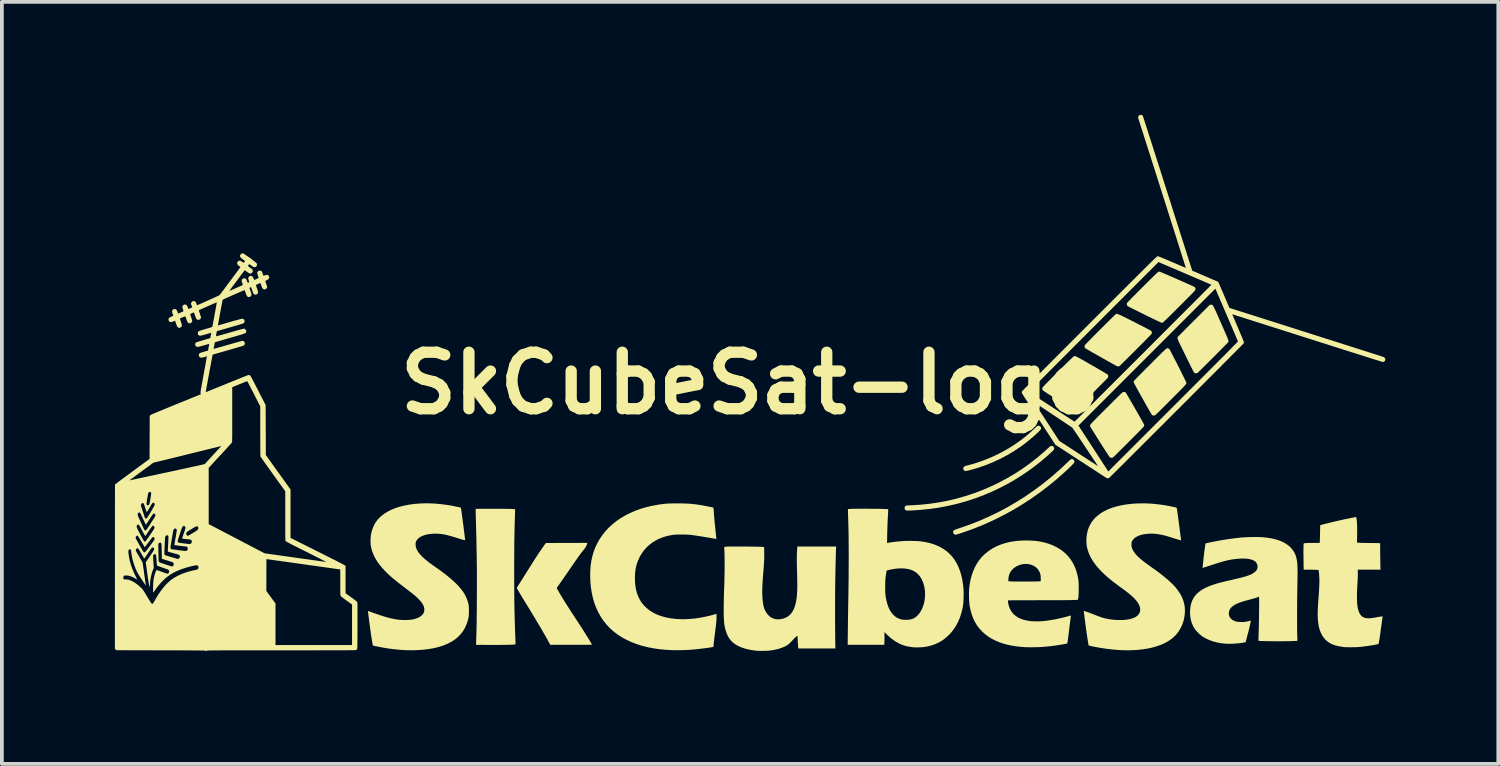
<source format=kicad_pcb>
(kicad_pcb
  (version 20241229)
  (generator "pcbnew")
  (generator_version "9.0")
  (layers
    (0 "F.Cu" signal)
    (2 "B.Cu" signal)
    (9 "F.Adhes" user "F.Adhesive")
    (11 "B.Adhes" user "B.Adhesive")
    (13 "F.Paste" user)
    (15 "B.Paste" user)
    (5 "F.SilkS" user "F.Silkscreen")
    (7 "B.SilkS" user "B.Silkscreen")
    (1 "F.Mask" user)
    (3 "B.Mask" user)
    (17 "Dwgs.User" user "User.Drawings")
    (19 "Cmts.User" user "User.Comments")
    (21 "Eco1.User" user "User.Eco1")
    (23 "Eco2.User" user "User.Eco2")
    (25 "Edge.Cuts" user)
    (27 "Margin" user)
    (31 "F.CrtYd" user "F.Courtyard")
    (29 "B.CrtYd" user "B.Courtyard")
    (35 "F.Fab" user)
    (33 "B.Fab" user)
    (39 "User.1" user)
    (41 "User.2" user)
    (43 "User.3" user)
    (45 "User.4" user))
  (footprint "SkCubeSat-logo"
    (layer "F.Cu")
    (at 16.865 7.124)
    (property "Reference" "SkCubeSat-logo" (at 0 0 0) (layer "F.SilkS") (effects (font (size 1.5 1.5) (thickness 0.3))))
    (attr board_only exclude_from_pos_files exclude_from_bom)
    (fp_poly (pts (xy 7.676 1.131) (xy 7.688 1.136) (xy 7.701 1.147) (xy 7.705 1.15) (xy 7.718 1.165) (xy 7.724 1.176) (xy 7.726 1.191) (xy 7.726 1.195) (xy 7.724 1.214) (xy 7.718 1.231) (xy 7.717 1.232) (xy 7.709 1.242) (xy 7.694 1.257) (xy 7.674 1.278) (xy 7.649 1.302) (xy 7.621 1.328) (xy 7.591 1.356) (xy 7.561 1.384) (xy 7.531 1.411) (xy 7.51 1.429) (xy 7.351 1.562) (xy 7.185 1.686) (xy 7.012 1.801) (xy 6.834 1.907) (xy 6.65 2.005) (xy 6.46 2.093) (xy 6.265 2.173) (xy 6.064 2.243) (xy 5.882 2.297) (xy 5.833 2.31) (xy 5.793 2.32) (xy 5.761 2.326) (xy 5.735 2.33) (xy 5.716 2.33) (xy 5.701 2.328) (xy 5.692 2.324) (xy 5.675 2.308) (xy 5.664 2.287) (xy 5.661 2.263) (xy 5.667 2.239) (xy 5.677 2.222) (xy 5.686 2.214) (xy 5.696 2.207) (xy 5.709 2.201) (xy 5.729 2.195) (xy 5.751 2.189) (xy 5.947 2.136) (xy 6.138 2.073) (xy 6.326 2) (xy 6.51 1.919) (xy 6.689 1.829) (xy 6.862 1.732) (xy 7.029 1.626) (xy 7.19 1.513) (xy 7.343 1.392) (xy 7.488 1.264) (xy 7.54 1.215) (xy 7.569 1.188) (xy 7.591 1.167) (xy 7.608 1.152) (xy 7.622 1.141) (xy 7.632 1.135) (xy 7.642 1.131) (xy 7.651 1.13) (xy 7.661 1.13)) (stroke (width 0) (type solid)) (fill yes) (layer "F.SilkS"))
    (fp_poly (pts (xy 8.557 2.016) (xy 8.579 2.025) (xy 8.597 2.041) (xy 8.609 2.062) (xy 8.612 2.087) (xy 8.61 2.102) (xy 8.604 2.112) (xy 8.591 2.129) (xy 8.571 2.151) (xy 8.544 2.179) (xy 8.512 2.211) (xy 8.475 2.248) (xy 8.433 2.288) (xy 8.387 2.331) (xy 8.338 2.376) (xy 8.33 2.383) (xy 8.115 2.572) (xy 7.893 2.752) (xy 7.666 2.924) (xy 7.434 3.086) (xy 7.196 3.239) (xy 6.954 3.383) (xy 6.706 3.517) (xy 6.454 3.642) (xy 6.198 3.757) (xy 5.939 3.862) (xy 5.885 3.882) (xy 5.848 3.896) (xy 5.806 3.91) (xy 5.762 3.926) (xy 5.717 3.941) (xy 5.672 3.957) (xy 5.628 3.972) (xy 5.587 3.986) (xy 5.549 3.998) (xy 5.516 4.008) (xy 5.489 4.017) (xy 5.469 4.022) (xy 5.459 4.025) (xy 5.457 4.025) (xy 5.446 4.022) (xy 5.432 4.017) (xy 5.432 4.017) (xy 5.41 4.002) (xy 5.396 3.981) (xy 5.392 3.954) (xy 5.392 3.954) (xy 5.392 3.941) (xy 5.394 3.93) (xy 5.398 3.921) (xy 5.406 3.912) (xy 5.418 3.903) (xy 5.435 3.895) (xy 5.459 3.885) (xy 5.49 3.873) (xy 5.529 3.86) (xy 5.575 3.845) (xy 5.84 3.752) (xy 6.1 3.649) (xy 6.355 3.537) (xy 6.606 3.415) (xy 6.852 3.283) (xy 7.094 3.141) (xy 7.33 2.991) (xy 7.561 2.83) (xy 7.787 2.661) (xy 8.008 2.482) (xy 8.223 2.294) (xy 8.428 2.102) (xy 8.457 2.074) (xy 8.48 2.052) (xy 8.497 2.037) (xy 8.511 2.026) (xy 8.521 2.02) (xy 8.53 2.017) (xy 8.532 2.016)) (stroke (width 0) (type solid)) (fill yes) (layer "F.SilkS"))
    (fp_poly (pts (xy 8.016 1.665) (xy 8.023 1.666) (xy 8.046 1.676) (xy 8.063 1.694) (xy 8.074 1.717) (xy 8.075 1.743) (xy 8.074 1.747) (xy 8.071 1.756) (xy 8.064 1.767) (xy 8.053 1.781) (xy 8.037 1.798) (xy 8.015 1.82) (xy 7.986 1.846) (xy 7.951 1.879) (xy 7.909 1.917) (xy 7.891 1.933) (xy 7.704 2.091) (xy 7.51 2.242) (xy 7.31 2.384) (xy 7.104 2.518) (xy 6.893 2.643) (xy 6.676 2.759) (xy 6.455 2.865) (xy 6.23 2.962) (xy 6.001 3.049) (xy 5.769 3.126) (xy 5.694 3.149) (xy 5.46 3.212) (xy 5.227 3.265) (xy 4.993 3.308) (xy 4.756 3.341) (xy 4.515 3.365) (xy 4.313 3.378) (xy 4.268 3.38) (xy 4.233 3.381) (xy 4.205 3.382) (xy 4.184 3.383) (xy 4.169 3.382) (xy 4.159 3.381) (xy 4.151 3.379) (xy 4.144 3.377) (xy 4.138 3.373) (xy 4.137 3.373) (xy 4.116 3.356) (xy 4.105 3.335) (xy 4.103 3.317) (xy 4.108 3.29) (xy 4.121 3.267) (xy 4.134 3.256) (xy 4.14 3.253) (xy 4.149 3.25) (xy 4.161 3.248) (xy 4.178 3.247) (xy 4.203 3.245) (xy 4.235 3.244) (xy 4.273 3.242) (xy 4.517 3.228) (xy 4.76 3.203) (xy 5 3.168) (xy 5.239 3.123) (xy 5.474 3.067) (xy 5.707 3.001) (xy 5.937 2.926) (xy 6.163 2.841) (xy 6.386 2.746) (xy 6.604 2.641) (xy 6.818 2.527) (xy 7.027 2.404) (xy 7.231 2.272) (xy 7.429 2.13) (xy 7.622 1.98) (xy 7.809 1.821) (xy 7.924 1.716) (xy 7.949 1.693) (xy 7.969 1.678) (xy 7.986 1.668) (xy 8.001 1.664)) (stroke (width 0) (type solid)) (fill yes) (layer "F.SilkS"))
    (fp_poly (pts (xy 12.265 -2.083) (xy 12.272 -2.08) (xy 12.278 -2.075) (xy 12.286 -2.067) (xy 12.294 -2.055) (xy 12.303 -2.039) (xy 12.314 -2.019) (xy 12.327 -1.994) (xy 12.342 -1.962) (xy 12.359 -1.925) (xy 12.379 -1.88) (xy 12.403 -1.828) (xy 12.429 -1.768) (xy 12.459 -1.699) (xy 12.494 -1.622) (xy 12.501 -1.604) (xy 12.537 -1.524) (xy 12.568 -1.453) (xy 12.595 -1.391) (xy 12.619 -1.337) (xy 12.639 -1.291) (xy 12.656 -1.251) (xy 12.669 -1.218) (xy 12.681 -1.19) (xy 12.689 -1.167) (xy 12.696 -1.148) (xy 12.7 -1.133) (xy 12.702 -1.121) (xy 12.703 -1.112) (xy 12.702 -1.104) (xy 12.701 -1.098) (xy 12.698 -1.093) (xy 12.695 -1.087) (xy 12.694 -1.086) (xy 12.689 -1.08) (xy 12.676 -1.067) (xy 12.658 -1.048) (xy 12.633 -1.023) (xy 12.603 -0.992) (xy 12.569 -0.958) (xy 12.531 -0.919) (xy 12.49 -0.877) (xy 12.446 -0.833) (xy 12.4 -0.787) (xy 12.352 -0.739) (xy 12.304 -0.69) (xy 12.255 -0.642) (xy 12.207 -0.594) (xy 12.16 -0.547) (xy 12.115 -0.502) (xy 12.072 -0.459) (xy 12.032 -0.419) (xy 11.995 -0.383) (xy 11.963 -0.351) (xy 11.935 -0.324) (xy 11.913 -0.302) (xy 11.897 -0.287) (xy 11.888 -0.278) (xy 11.886 -0.277) (xy 11.862 -0.265) (xy 11.835 -0.261) (xy 11.81 -0.267) (xy 11.799 -0.274) (xy 11.788 -0.284) (xy 11.784 -0.29) (xy 11.776 -0.306) (xy 11.763 -0.33) (xy 11.747 -0.361) (xy 11.728 -0.4) (xy 11.705 -0.444) (xy 11.68 -0.494) (xy 11.653 -0.549) (xy 11.624 -0.607) (xy 11.594 -0.669) (xy 11.562 -0.733) (xy 11.525 -0.81) (xy 11.491 -0.878) (xy 11.462 -0.937) (xy 11.437 -0.989) (xy 11.416 -1.034) (xy 11.398 -1.072) (xy 11.383 -1.103) (xy 11.371 -1.13) (xy 11.362 -1.152) (xy 11.356 -1.169) (xy 11.351 -1.183) (xy 11.349 -1.194) (xy 11.348 -1.203) (xy 11.348 -1.21) (xy 11.35 -1.215) (xy 11.352 -1.221) (xy 11.354 -1.225) (xy 11.358 -1.23) (xy 11.37 -1.242) (xy 11.388 -1.261) (xy 11.413 -1.286) (xy 11.443 -1.316) (xy 11.478 -1.352) (xy 11.518 -1.392) (xy 11.562 -1.437) (xy 11.61 -1.485) (xy 11.661 -1.536) (xy 11.715 -1.589) (xy 11.77 -1.645) (xy 11.783 -1.657) (xy 12.206 -2.08) (xy 12.235 -2.083) (xy 12.243 -2.083) (xy 12.251 -2.084) (xy 12.258 -2.084)) (stroke (width 0) (type solid)) (fill yes) (layer "F.SilkS"))
    (fp_poly (pts (xy 8.622 -0.72) (xy 8.63 -0.718) (xy 8.64 -0.715) (xy 8.653 -0.711) (xy 8.669 -0.704) (xy 8.688 -0.694) (xy 8.711 -0.682) (xy 8.74 -0.667) (xy 8.774 -0.648) (xy 8.814 -0.626) (xy 8.86 -0.6) (xy 8.914 -0.569) (xy 8.976 -0.533) (xy 9.046 -0.493) (xy 9.073 -0.478) (xy 9.149 -0.434) (xy 9.215 -0.396) (xy 9.273 -0.362) (xy 9.323 -0.333) (xy 9.366 -0.308) (xy 9.402 -0.287) (xy 9.431 -0.269) (xy 9.455 -0.255) (xy 9.473 -0.243) (xy 9.486 -0.234) (xy 9.495 -0.227) (xy 9.5 -0.223) (xy 9.501 -0.222) (xy 9.509 -0.199) (xy 9.51 -0.174) (xy 9.504 -0.151) (xy 9.503 -0.149) (xy 9.498 -0.144) (xy 9.486 -0.131) (xy 9.468 -0.112) (xy 9.444 -0.087) (xy 9.414 -0.057) (xy 9.38 -0.022) (xy 9.342 0.016) (xy 9.3 0.058) (xy 9.256 0.103) (xy 9.209 0.15) (xy 9.161 0.199) (xy 9.111 0.248) (xy 9.061 0.298) (xy 9.012 0.348) (xy 8.963 0.397) (xy 8.915 0.444) (xy 8.869 0.489) (xy 8.826 0.532) (xy 8.786 0.572) (xy 8.75 0.607) (xy 8.718 0.639) (xy 8.691 0.665) (xy 8.67 0.685) (xy 8.654 0.7) (xy 8.646 0.707) (xy 8.644 0.708) (xy 8.627 0.713) (xy 8.606 0.714) (xy 8.587 0.71) (xy 8.586 0.709) (xy 8.58 0.706) (xy 8.566 0.697) (xy 8.543 0.683) (xy 8.514 0.665) (xy 8.478 0.643) (xy 8.437 0.617) (xy 8.39 0.587) (xy 8.34 0.555) (xy 8.285 0.521) (xy 8.227 0.484) (xy 8.179 0.454) (xy 8.099 0.403) (xy 8.028 0.358) (xy 7.967 0.318) (xy 7.913 0.284) (xy 7.869 0.255) (xy 7.833 0.231) (xy 7.805 0.212) (xy 7.785 0.198) (xy 7.774 0.189) (xy 7.771 0.185) (xy 7.76 0.162) (xy 7.76 0.136) (xy 7.766 0.114) (xy 7.771 0.108) (xy 7.783 0.094) (xy 7.802 0.074) (xy 7.826 0.049) (xy 7.856 0.018) (xy 7.89 -0.017) (xy 7.928 -0.055) (xy 7.969 -0.097) (xy 8.014 -0.142) (xy 8.06 -0.189) (xy 8.108 -0.237) (xy 8.157 -0.286) (xy 8.206 -0.335) (xy 8.255 -0.383) (xy 8.303 -0.431) (xy 8.35 -0.477) (xy 8.394 -0.521) (xy 8.436 -0.562) (xy 8.474 -0.599) (xy 8.509 -0.633) (xy 8.539 -0.661) (xy 8.564 -0.685) (xy 8.583 -0.702) (xy 8.595 -0.713) (xy 8.601 -0.717) (xy 8.608 -0.719) (xy 8.614 -0.72)) (stroke (width 0) (type solid)) (fill yes) (layer "F.SilkS"))
    (fp_poly (pts (xy 9.749 -1.839) (xy 9.761 -1.836) (xy 9.776 -1.831) (xy 9.795 -1.823) (xy 9.818 -1.813) (xy 9.846 -1.8) (xy 9.88 -1.784) (xy 9.92 -1.765) (xy 9.966 -1.742) (xy 10.02 -1.715) (xy 10.082 -1.683) (xy 10.152 -1.648) (xy 10.206 -1.621) (xy 10.27 -1.588) (xy 10.331 -1.557) (xy 10.389 -1.527) (xy 10.443 -1.5) (xy 10.493 -1.474) (xy 10.536 -1.451) (xy 10.574 -1.432) (xy 10.605 -1.415) (xy 10.629 -1.402) (xy 10.644 -1.394) (xy 10.65 -1.39) (xy 10.664 -1.369) (xy 10.669 -1.343) (xy 10.667 -1.323) (xy 10.666 -1.319) (xy 10.661 -1.312) (xy 10.654 -1.303) (xy 10.643 -1.291) (xy 10.629 -1.275) (xy 10.61 -1.255) (xy 10.587 -1.231) (xy 10.559 -1.203) (xy 10.526 -1.169) (xy 10.488 -1.129) (xy 10.443 -1.084) (xy 10.392 -1.033) (xy 10.334 -0.975) (xy 10.269 -0.91) (xy 10.242 -0.883) (xy 10.186 -0.826) (xy 10.132 -0.772) (xy 10.08 -0.72) (xy 10.031 -0.672) (xy 9.985 -0.627) (xy 9.944 -0.586) (xy 9.907 -0.549) (xy 9.875 -0.518) (xy 9.848 -0.492) (xy 9.828 -0.472) (xy 9.814 -0.459) (xy 9.807 -0.453) (xy 9.806 -0.453) (xy 9.782 -0.445) (xy 9.755 -0.448) (xy 9.726 -0.46) (xy 9.698 -0.475) (xy 9.665 -0.494) (xy 9.625 -0.516) (xy 9.581 -0.54) (xy 9.533 -0.567) (xy 9.482 -0.596) (xy 9.429 -0.626) (xy 9.374 -0.656) (xy 9.318 -0.688) (xy 9.263 -0.719) (xy 9.208 -0.75) (xy 9.156 -0.78) (xy 9.106 -0.808) (xy 9.059 -0.835) (xy 9.017 -0.86) (xy 8.979 -0.881) (xy 8.948 -0.9) (xy 8.923 -0.914) (xy 8.905 -0.925) (xy 8.896 -0.931) (xy 8.895 -0.932) (xy 8.885 -0.953) (xy 8.881 -0.978) (xy 8.883 -0.996) (xy 8.885 -1) (xy 8.889 -1.006) (xy 8.896 -1.016) (xy 8.907 -1.028) (xy 8.922 -1.044) (xy 8.941 -1.064) (xy 8.964 -1.088) (xy 8.992 -1.118) (xy 9.026 -1.152) (xy 9.065 -1.192) (xy 9.11 -1.238) (xy 9.162 -1.29) (xy 9.221 -1.349) (xy 9.287 -1.415) (xy 9.292 -1.42) (xy 9.347 -1.475) (xy 9.4 -1.528) (xy 9.451 -1.579) (xy 9.499 -1.626) (xy 9.543 -1.67) (xy 9.583 -1.71) (xy 9.619 -1.745) (xy 9.65 -1.775) (xy 9.675 -1.8) (xy 9.695 -1.818) (xy 9.707 -1.83) (xy 9.713 -1.834) (xy 9.719 -1.837) (xy 9.725 -1.839) (xy 9.731 -1.841) (xy 9.739 -1.841)) (stroke (width 0) (type solid)) (fill yes) (layer "F.SilkS"))
    (fp_poly (pts (xy 10.874 -2.961) (xy 10.882 -2.959) (xy 10.899 -2.952) (xy 10.924 -2.942) (xy 10.956 -2.928) (xy 10.995 -2.912) (xy 11.039 -2.893) (xy 11.088 -2.872) (xy 11.14 -2.849) (xy 11.196 -2.825) (xy 11.254 -2.8) (xy 11.313 -2.774) (xy 11.372 -2.748) (xy 11.431 -2.722) (xy 11.488 -2.697) (xy 11.543 -2.673) (xy 11.595 -2.649) (xy 11.643 -2.628) (xy 11.687 -2.608) (xy 11.724 -2.591) (xy 11.755 -2.577) (xy 11.779 -2.566) (xy 11.795 -2.558) (xy 11.801 -2.555) (xy 11.817 -2.536) (xy 11.826 -2.512) (xy 11.827 -2.486) (xy 11.827 -2.484) (xy 11.825 -2.48) (xy 11.823 -2.475) (xy 11.818 -2.468) (xy 11.811 -2.459) (xy 11.801 -2.448) (xy 11.788 -2.433) (xy 11.771 -2.415) (xy 11.75 -2.393) (xy 11.725 -2.367) (xy 11.695 -2.336) (xy 11.659 -2.301) (xy 11.618 -2.259) (xy 11.571 -2.212) (xy 11.518 -2.158) (xy 11.457 -2.097) (xy 11.402 -2.042) (xy 11.34 -1.98) (xy 11.282 -1.922) (xy 11.228 -1.868) (xy 11.177 -1.818) (xy 11.13 -1.772) (xy 11.089 -1.731) (xy 11.052 -1.695) (xy 11.021 -1.666) (xy 10.997 -1.642) (xy 10.978 -1.625) (xy 10.967 -1.614) (xy 10.963 -1.612) (xy 10.946 -1.606) (xy 10.93 -1.604) (xy 10.923 -1.606) (xy 10.906 -1.613) (xy 10.881 -1.625) (xy 10.848 -1.64) (xy 10.807 -1.659) (xy 10.759 -1.682) (xy 10.705 -1.708) (xy 10.644 -1.738) (xy 10.578 -1.77) (xy 10.506 -1.805) (xy 10.476 -1.82) (xy 10.411 -1.852) (xy 10.349 -1.883) (xy 10.29 -1.912) (xy 10.236 -1.939) (xy 10.186 -1.964) (xy 10.141 -1.986) (xy 10.103 -2.006) (xy 10.071 -2.022) (xy 10.047 -2.035) (xy 10.031 -2.043) (xy 10.025 -2.047) (xy 10.025 -2.047) (xy 10.011 -2.067) (xy 10.004 -2.091) (xy 10.004 -2.115) (xy 10.005 -2.119) (xy 10.008 -2.124) (xy 10.013 -2.131) (xy 10.02 -2.14) (xy 10.03 -2.152) (xy 10.044 -2.167) (xy 10.061 -2.185) (xy 10.082 -2.207) (xy 10.108 -2.233) (xy 10.138 -2.265) (xy 10.174 -2.301) (xy 10.216 -2.343) (xy 10.264 -2.391) (xy 10.318 -2.446) (xy 10.38 -2.508) (xy 10.413 -2.541) (xy 10.47 -2.598) (xy 10.526 -2.653) (xy 10.578 -2.705) (xy 10.627 -2.754) (xy 10.672 -2.798) (xy 10.712 -2.838) (xy 10.748 -2.872) (xy 10.778 -2.902) (xy 10.803 -2.925) (xy 10.821 -2.942) (xy 10.833 -2.952) (xy 10.836 -2.955) (xy 10.859 -2.961)) (stroke (width 0) (type solid)) (fill yes) (layer "F.SilkS"))
    (fp_poly (pts (xy 11.089 -0.928) (xy 11.095 -0.927) (xy 11.101 -0.925) (xy 11.103 -0.924) (xy 11.119 -0.917) (xy 11.134 -0.905) (xy 11.135 -0.904) (xy 11.139 -0.898) (xy 11.147 -0.882) (xy 11.16 -0.859) (xy 11.176 -0.828) (xy 11.195 -0.791) (xy 11.217 -0.749) (xy 11.241 -0.702) (xy 11.267 -0.652) (xy 11.295 -0.598) (xy 11.323 -0.543) (xy 11.352 -0.486) (xy 11.381 -0.429) (xy 11.409 -0.373) (xy 11.437 -0.317) (xy 11.463 -0.264) (xy 11.488 -0.215) (xy 11.511 -0.169) (xy 11.532 -0.127) (xy 11.549 -0.092) (xy 11.563 -0.062) (xy 11.574 -0.041) (xy 11.58 -0.027) (xy 11.582 -0.023) (xy 11.584 -0.016) (xy 11.585 -0.01) (xy 11.586 -0.004) (xy 11.585 0.002) (xy 11.583 0.009) (xy 11.579 0.018) (xy 11.572 0.028) (xy 11.562 0.041) (xy 11.549 0.057) (xy 11.533 0.075) (xy 11.512 0.097) (xy 11.487 0.124) (xy 11.457 0.155) (xy 11.422 0.191) (xy 11.38 0.233) (xy 11.333 0.28) (xy 11.279 0.334) (xy 11.218 0.395) (xy 11.18 0.433) (xy 11.126 0.488) (xy 11.073 0.541) (xy 11.023 0.591) (xy 10.975 0.638) (xy 10.931 0.682) (xy 10.891 0.722) (xy 10.856 0.757) (xy 10.825 0.787) (xy 10.8 0.811) (xy 10.782 0.829) (xy 10.769 0.84) (xy 10.765 0.844) (xy 10.741 0.857) (xy 10.714 0.86) (xy 10.689 0.855) (xy 10.678 0.849) (xy 10.674 0.845) (xy 10.667 0.836) (xy 10.658 0.822) (xy 10.645 0.802) (xy 10.63 0.775) (xy 10.611 0.743) (xy 10.588 0.703) (xy 10.561 0.656) (xy 10.53 0.601) (xy 10.494 0.538) (xy 10.454 0.466) (xy 10.427 0.417) (xy 10.392 0.355) (xy 10.358 0.295) (xy 10.327 0.238) (xy 10.297 0.185) (xy 10.271 0.137) (xy 10.247 0.094) (xy 10.227 0.056) (xy 10.21 0.026) (xy 10.198 0.002) (xy 10.19 -0.013) (xy 10.187 -0.019) (xy 10.187 -0.036) (xy 10.19 -0.053) (xy 10.194 -0.058) (xy 10.203 -0.07) (xy 10.219 -0.087) (xy 10.24 -0.11) (xy 10.268 -0.139) (xy 10.302 -0.174) (xy 10.343 -0.216) (xy 10.391 -0.264) (xy 10.445 -0.319) (xy 10.507 -0.382) (xy 10.577 -0.451) (xy 10.621 -0.495) (xy 10.688 -0.562) (xy 10.748 -0.622) (xy 10.801 -0.676) (xy 10.848 -0.722) (xy 10.889 -0.763) (xy 10.925 -0.798) (xy 10.956 -0.828) (xy 10.982 -0.853) (xy 11.004 -0.874) (xy 11.023 -0.891) (xy 11.038 -0.904) (xy 11.051 -0.914) (xy 11.062 -0.921) (xy 11.07 -0.925) (xy 11.077 -0.928) (xy 11.084 -0.928)) (stroke (width 0) (type solid)) (fill yes) (layer "F.SilkS"))
    (fp_poly (pts (xy 9.955 0.237) (xy 9.973 0.247) (xy 9.976 0.25) (xy 9.98 0.256) (xy 9.989 0.27) (xy 10.002 0.293) (xy 10.019 0.322) (xy 10.04 0.357) (xy 10.064 0.398) (xy 10.09 0.443) (xy 10.118 0.492) (xy 10.148 0.543) (xy 10.178 0.597) (xy 10.21 0.651) (xy 10.241 0.706) (xy 10.272 0.761) (xy 10.303 0.814) (xy 10.332 0.865) (xy 10.359 0.913) (xy 10.384 0.957) (xy 10.407 0.997) (xy 10.426 1.031) (xy 10.442 1.059) (xy 10.453 1.08) (xy 10.46 1.093) (xy 10.462 1.097) (xy 10.464 1.11) (xy 10.463 1.127) (xy 10.462 1.131) (xy 10.461 1.135) (xy 10.46 1.14) (xy 10.457 1.145) (xy 10.452 1.152) (xy 10.445 1.161) (xy 10.435 1.172) (xy 10.423 1.186) (xy 10.407 1.203) (xy 10.387 1.224) (xy 10.362 1.249) (xy 10.333 1.278) (xy 10.299 1.313) (xy 10.259 1.353) (xy 10.213 1.4) (xy 10.161 1.452) (xy 10.102 1.512) (xy 10.062 1.552) (xy 10.007 1.607) (xy 9.954 1.66) (xy 9.903 1.71) (xy 9.856 1.758) (xy 9.811 1.802) (xy 9.771 1.842) (xy 9.736 1.877) (xy 9.705 1.907) (xy 9.68 1.932) (xy 9.661 1.95) (xy 9.648 1.962) (xy 9.643 1.966) (xy 9.619 1.978) (xy 9.592 1.982) (xy 9.566 1.976) (xy 9.557 1.971) (xy 9.551 1.966) (xy 9.542 1.954) (xy 9.529 1.935) (xy 9.511 1.909) (xy 9.489 1.876) (xy 9.462 1.834) (xy 9.43 1.785) (xy 9.393 1.728) (xy 9.351 1.662) (xy 9.303 1.587) (xy 9.287 1.561) (xy 9.249 1.501) (xy 9.213 1.444) (xy 9.179 1.389) (xy 9.147 1.338) (xy 9.118 1.292) (xy 9.092 1.25) (xy 9.071 1.215) (xy 9.053 1.186) (xy 9.04 1.164) (xy 9.032 1.149) (xy 9.029 1.144) (xy 9.028 1.138) (xy 9.027 1.133) (xy 9.026 1.127) (xy 9.027 1.121) (xy 9.03 1.114) (xy 9.035 1.105) (xy 9.042 1.095) (xy 9.052 1.082) (xy 9.065 1.067) (xy 9.082 1.048) (xy 9.103 1.025) (xy 9.129 0.999) (xy 9.159 0.968) (xy 9.194 0.932) (xy 9.235 0.89) (xy 9.283 0.843) (xy 9.336 0.789) (xy 9.397 0.729) (xy 9.464 0.662) (xy 9.531 0.595) (xy 9.59 0.536) (xy 9.643 0.483) (xy 9.69 0.436) (xy 9.731 0.396) (xy 9.766 0.361) (xy 9.797 0.331) (xy 9.822 0.307) (xy 9.844 0.286) (xy 9.861 0.27) (xy 9.876 0.257) (xy 9.887 0.247) (xy 9.896 0.24) (xy 9.902 0.235) (xy 9.907 0.233) (xy 9.911 0.232) (xy 9.933 0.231)) (stroke (width 0) (type solid)) (fill yes) (layer "F.SilkS"))
    (fp_poly (pts (xy -6.832 3.335) (xy -6.769 3.335) (xy -6.707 3.335) (xy -6.646 3.335) (xy -6.587 3.336) (xy -6.532 3.336) (xy -6.481 3.337) (xy -6.435 3.337) (xy -6.395 3.338) (xy -6.363 3.339) (xy -6.338 3.34) (xy -6.325 3.34) (xy -6.296 3.342) (xy -6.271 3.344) (xy -6.252 3.346) (xy -6.241 3.347) (xy -6.239 3.348) (xy -6.239 3.353) (xy -6.239 3.369) (xy -6.239 3.392) (xy -6.24 3.422) (xy -6.241 3.459) (xy -6.242 3.499) (xy -6.243 3.53) (xy -6.246 3.623) (xy -6.249 3.711) (xy -6.251 3.796) (xy -6.253 3.88) (xy -6.255 3.961) (xy -6.256 4.043) (xy -6.258 4.126) (xy -6.259 4.211) (xy -6.26 4.299) (xy -6.26 4.391) (xy -6.261 4.488) (xy -6.261 4.591) (xy -6.262 4.702) (xy -6.262 4.821) (xy -6.262 4.949) (xy -6.262 4.993) (xy -6.262 5.136) (xy -6.262 5.269) (xy -6.261 5.393) (xy -6.261 5.511) (xy -6.26 5.622) (xy -6.259 5.728) (xy -6.258 5.83) (xy -6.256 5.929) (xy -6.255 6.026) (xy -6.252 6.123) (xy -6.25 6.221) (xy -6.247 6.32) (xy -6.244 6.422) (xy -6.241 6.527) (xy -6.237 6.638) (xy -6.232 6.756) (xy -6.232 6.765) (xy -6.231 6.807) (xy -6.229 6.844) (xy -6.229 6.877) (xy -6.228 6.904) (xy -6.228 6.923) (xy -6.229 6.933) (xy -6.229 6.934) (xy -6.237 6.937) (xy -6.255 6.939) (xy -6.282 6.941) (xy -6.318 6.943) (xy -6.363 6.945) (xy -6.415 6.946) (xy -6.475 6.947) (xy -6.54 6.948) (xy -6.612 6.949) (xy -6.688 6.95) (xy -6.77 6.95) (xy -6.855 6.95) (xy -6.943 6.95) (xy -7.034 6.949) (xy -7.06 6.949) (xy -7.275 6.947) (xy -7.271 6.819) (xy -7.27 6.779) (xy -7.269 6.732) (xy -7.267 6.679) (xy -7.265 6.624) (xy -7.264 6.57) (xy -7.262 6.519) (xy -7.262 6.516) (xy -7.261 6.487) (xy -7.261 6.449) (xy -7.26 6.401) (xy -7.259 6.346) (xy -7.258 6.283) (xy -7.258 6.215) (xy -7.257 6.14) (xy -7.256 6.062) (xy -7.255 5.98) (xy -7.255 5.896) (xy -7.254 5.809) (xy -7.254 5.722) (xy -7.254 5.688) (xy -7.253 5.515) (xy -7.253 5.349) (xy -7.253 5.188) (xy -7.253 5.032) (xy -7.254 4.878) (xy -7.256 4.725) (xy -7.258 4.572) (xy -7.261 4.417) (xy -7.264 4.258) (xy -7.267 4.094) (xy -7.272 3.924) (xy -7.276 3.746) (xy -7.281 3.583) (xy -7.283 3.533) (xy -7.284 3.486) (xy -7.285 3.444) (xy -7.285 3.408) (xy -7.285 3.378) (xy -7.285 3.356) (xy -7.285 3.342) (xy -7.285 3.339) (xy -7.279 3.338) (xy -7.263 3.337) (xy -7.238 3.337) (xy -7.205 3.336) (xy -7.165 3.336) (xy -7.12 3.335) (xy -7.069 3.335) (xy -7.013 3.335) (xy -6.955 3.335) (xy -6.894 3.335)) (stroke (width 0) (type solid)) (fill yes) (layer "F.SilkS"))
    (fp_poly (pts (xy -4.328 4.269) (xy -4.337 4.297) (xy -4.35 4.325) (xy -4.366 4.353) (xy -4.387 4.385) (xy -4.414 4.42) (xy -4.443 4.456) (xy -4.455 4.471) (xy -4.467 4.486) (xy -4.48 4.503) (xy -4.494 4.521) (xy -4.509 4.542) (xy -4.527 4.565) (xy -4.546 4.593) (xy -4.569 4.624) (xy -4.594 4.661) (xy -4.624 4.703) (xy -4.657 4.752) (xy -4.696 4.807) (xy -4.739 4.87) (xy -4.789 4.941) (xy -4.791 4.944) (xy -4.826 4.996) (xy -4.861 5.047) (xy -4.895 5.096) (xy -4.928 5.142) (xy -4.957 5.185) (xy -4.983 5.223) (xy -5.006 5.255) (xy -5.023 5.28) (xy -5.035 5.297) (xy -5.062 5.336) (xy -5.084 5.367) (xy -5.101 5.391) (xy -5.113 5.409) (xy -5.122 5.421) (xy -5.128 5.43) (xy -5.131 5.435) (xy -5.133 5.438) (xy -5.133 5.44) (xy -5.13 5.445) (xy -5.123 5.459) (xy -5.111 5.48) (xy -5.096 5.506) (xy -5.079 5.536) (xy -5.06 5.57) (xy -5.039 5.605) (xy -5.019 5.64) (xy -4.998 5.674) (xy -4.979 5.707) (xy -4.961 5.736) (xy -4.953 5.749) (xy -4.91 5.818) (xy -4.862 5.894) (xy -4.809 5.977) (xy -4.753 6.064) (xy -4.694 6.154) (xy -4.683 6.171) (xy -4.606 6.287) (xy -4.536 6.395) (xy -4.472 6.494) (xy -4.414 6.584) (xy -4.362 6.667) (xy -4.315 6.742) (xy -4.275 6.808) (xy -4.24 6.867) (xy -4.21 6.919) (xy -4.196 6.943) (xy -4.201 6.944) (xy -4.216 6.944) (xy -4.241 6.945) (xy -4.274 6.945) (xy -4.315 6.946) (xy -4.363 6.946) (xy -4.418 6.946) (xy -4.478 6.947) (xy -4.544 6.947) (xy -4.614 6.947) (xy -4.688 6.947) (xy -4.749 6.947) (xy -5.305 6.947) (xy -5.33 6.9) (xy -5.364 6.837) (xy -5.4 6.772) (xy -5.438 6.705) (xy -5.479 6.634) (xy -5.522 6.56) (xy -5.568 6.48) (xy -5.619 6.396) (xy -5.673 6.305) (xy -5.732 6.207) (xy -5.795 6.102) (xy -5.864 5.989) (xy -5.89 5.947) (xy -5.945 5.857) (xy -5.995 5.776) (xy -6.039 5.703) (xy -6.078 5.638) (xy -6.111 5.583) (xy -6.138 5.536) (xy -6.16 5.498) (xy -6.177 5.468) (xy -6.188 5.448) (xy -6.193 5.437) (xy -6.193 5.434) (xy -6.189 5.428) (xy -6.181 5.413) (xy -6.168 5.393) (xy -6.153 5.369) (xy -6.139 5.347) (xy -6.127 5.327) (xy -6.109 5.3) (xy -6.087 5.265) (xy -6.062 5.225) (xy -6.034 5.18) (xy -6.004 5.132) (xy -5.973 5.082) (xy -5.941 5.031) (xy -5.925 5.006) (xy -5.863 4.907) (xy -5.806 4.817) (xy -5.754 4.735) (xy -5.706 4.66) (xy -5.661 4.591) (xy -5.62 4.528) (xy -5.581 4.47) (xy -5.544 4.416) (xy -5.51 4.366) (xy -5.476 4.319) (xy -5.464 4.302) (xy -5.421 4.243) (xy -4.87 4.242) (xy -4.319 4.24)) (stroke (width 0) (type solid)) (fill yes) (layer "F.SilkS"))
    (fp_poly (pts (xy -1.837 3.192) (xy -1.754 3.194) (xy -1.678 3.197) (xy -1.607 3.201) (xy -1.539 3.206) (xy -1.47 3.214) (xy -1.4 3.223) (xy -1.326 3.234) (xy -1.286 3.241) (xy -1.252 3.247) (xy -1.215 3.254) (xy -1.176 3.261) (xy -1.136 3.269) (xy -1.098 3.276) (xy -1.062 3.284) (xy -1.03 3.29) (xy -1.004 3.296) (xy -0.984 3.301) (xy -0.974 3.304) (xy -0.972 3.305) (xy -0.971 3.31) (xy -0.97 3.325) (xy -0.968 3.347) (xy -0.966 3.376) (xy -0.963 3.408) (xy -0.962 3.424) (xy -0.957 3.494) (xy -0.951 3.566) (xy -0.945 3.642) (xy -0.937 3.723) (xy -0.928 3.811) (xy -0.918 3.908) (xy -0.914 3.947) (xy -0.909 3.99) (xy -0.905 4.029) (xy -0.901 4.063) (xy -0.898 4.092) (xy -0.896 4.113) (xy -0.895 4.126) (xy -0.895 4.129) (xy -0.899 4.135) (xy -0.904 4.135) (xy -0.912 4.134) (xy -0.928 4.131) (xy -0.953 4.126) (xy -0.985 4.121) (xy -1.023 4.114) (xy -1.066 4.107) (xy -1.113 4.099) (xy -1.135 4.095) (xy -1.221 4.081) (xy -1.297 4.068) (xy -1.364 4.058) (xy -1.425 4.048) (xy -1.479 4.041) (xy -1.528 4.034) (xy -1.574 4.029) (xy -1.616 4.025) (xy -1.656 4.022) (xy -1.696 4.02) (xy -1.737 4.019) (xy -1.778 4.018) (xy -1.823 4.018) (xy -1.825 4.018) (xy -1.879 4.018) (xy -1.925 4.019) (xy -1.963 4.02) (xy -1.996 4.022) (xy -2.026 4.025) (xy -2.041 4.027) (xy -2.158 4.047) (xy -2.27 4.077) (xy -2.375 4.114) (xy -2.474 4.159) (xy -2.566 4.213) (xy -2.652 4.274) (xy -2.73 4.343) (xy -2.801 4.419) (xy -2.864 4.503) (xy -2.919 4.593) (xy -2.944 4.642) (xy -2.982 4.729) (xy -3.012 4.817) (xy -3.034 4.907) (xy -3.048 5.002) (xy -3.056 5.103) (xy -3.057 5.172) (xy -3.054 5.283) (xy -3.044 5.387) (xy -3.027 5.483) (xy -3.003 5.573) (xy -2.972 5.658) (xy -2.933 5.738) (xy -2.892 5.806) (xy -2.853 5.858) (xy -2.806 5.912) (xy -2.753 5.963) (xy -2.697 6.011) (xy -2.64 6.053) (xy -2.631 6.058) (xy -2.545 6.108) (xy -2.452 6.151) (xy -2.351 6.187) (xy -2.243 6.217) (xy -2.129 6.24) (xy -2.01 6.255) (xy -1.885 6.265) (xy -1.757 6.267) (xy -1.625 6.262) (xy -1.489 6.251) (xy -1.352 6.232) (xy -1.212 6.206) (xy -1.071 6.174) (xy -0.981 6.15) (xy -0.892 6.124) (xy -0.891 6.195) (xy -0.891 6.225) (xy -0.891 6.257) (xy -0.893 6.293) (xy -0.896 6.333) (xy -0.9 6.379) (xy -0.906 6.431) (xy -0.913 6.49) (xy -0.922 6.559) (xy -0.93 6.624) (xy -0.937 6.673) (xy -0.943 6.723) (xy -0.949 6.773) (xy -0.955 6.819) (xy -0.96 6.861) (xy -0.963 6.894) (xy -0.964 6.907) (xy -0.973 7.004) (xy -0.995 7.007) (xy -1.054 7.017) (xy -1.122 7.027) (xy -1.196 7.038) (xy -1.274 7.047) (xy -1.354 7.056) (xy -1.433 7.065) (xy -1.509 7.072) (xy -1.58 7.078) (xy -1.634 7.081) (xy -1.672 7.083) (xy -1.717 7.085) (xy -1.767 7.087) (xy -1.819 7.088) (xy -1.871 7.089) (xy -1.922 7.09) (xy -1.969 7.09) (xy -2.009 7.09) (xy -2.042 7.09) (xy -2.049 7.089) (xy -2.228 7.08) (xy -2.4 7.063) (xy -2.563 7.04) (xy -2.719 7.01) (xy -2.868 6.973) (xy -3.009 6.928) (xy -3.144 6.877) (xy -3.271 6.819) (xy -3.393 6.753) (xy -3.405 6.746) (xy -3.518 6.673) (xy -3.624 6.592) (xy -3.721 6.505) (xy -3.81 6.41) (xy -3.891 6.309) (xy -3.964 6.201) (xy -4.029 6.086) (xy -4.085 5.965) (xy -4.133 5.838) (xy -4.172 5.704) (xy -4.203 5.565) (xy -4.226 5.419) (xy -4.24 5.268) (xy -4.245 5.11) (xy -4.243 4.987) (xy -4.233 4.847) (xy -4.213 4.713) (xy -4.184 4.582) (xy -4.146 4.457) (xy -4.098 4.335) (xy -4.039 4.218) (xy -4.004 4.157) (xy -3.932 4.048) (xy -3.851 3.944) (xy -3.762 3.846) (xy -3.663 3.754) (xy -3.557 3.668) (xy -3.443 3.589) (xy -3.322 3.517) (xy -3.193 3.451) (xy -3.058 3.392) (xy -2.916 3.34) (xy -2.767 3.295) (xy -2.613 3.258) (xy -2.453 3.228) (xy -2.413 3.222) (xy -2.363 3.215) (xy -2.317 3.209) (xy -2.275 3.204) (xy -2.234 3.2) (xy -2.192 3.197) (xy -2.149 3.195) (xy -2.101 3.194) (xy -2.048 3.193) (xy -1.987 3.192) (xy -1.928 3.192)) (stroke (width 0) (type solid)) (fill yes) (layer "F.SilkS"))
    (fp_poly (pts (xy 3.074 3.334) (xy 3.14 3.334) (xy 3.206 3.335) (xy 3.27 3.335) (xy 3.333 3.336) (xy 3.394 3.336) (xy 3.45 3.337) (xy 3.502 3.338) (xy 3.549 3.34) (xy 3.589 3.341) (xy 3.622 3.342) (xy 3.647 3.344) (xy 3.663 3.345) (xy 3.669 3.347) (xy 3.669 3.352) (xy 3.668 3.368) (xy 3.667 3.391) (xy 3.666 3.422) (xy 3.664 3.46) (xy 3.662 3.502) (xy 3.659 3.549) (xy 3.657 3.577) (xy 3.654 3.638) (xy 3.651 3.705) (xy 3.649 3.777) (xy 3.646 3.849) (xy 3.644 3.918) (xy 3.642 3.982) (xy 3.641 4.024) (xy 3.638 4.242) (xy 3.656 4.239) (xy 3.7 4.231) (xy 3.753 4.224) (xy 3.812 4.216) (xy 3.873 4.209) (xy 3.936 4.202) (xy 3.996 4.197) (xy 4.053 4.192) (xy 4.062 4.192) (xy 4.103 4.189) (xy 4.15 4.188) (xy 4.203 4.187) (xy 4.258 4.187) (xy 4.315 4.188) (xy 4.37 4.19) (xy 4.422 4.191) (xy 4.469 4.194) (xy 4.508 4.197) (xy 4.534 4.2) (xy 4.653 4.219) (xy 4.763 4.243) (xy 4.866 4.273) (xy 4.961 4.31) (xy 5.051 4.353) (xy 5.136 4.403) (xy 5.217 4.46) (xy 5.222 4.464) (xy 5.298 4.531) (xy 5.367 4.605) (xy 5.429 4.688) (xy 5.484 4.779) (xy 5.533 4.878) (xy 5.574 4.985) (xy 5.609 5.1) (xy 5.636 5.223) (xy 5.656 5.354) (xy 5.667 5.462) (xy 5.669 5.5) (xy 5.671 5.546) (xy 5.671 5.597) (xy 5.671 5.65) (xy 5.67 5.704) (xy 5.668 5.756) (xy 5.665 5.804) (xy 5.662 5.845) (xy 5.659 5.874) (xy 5.637 5.999) (xy 5.606 6.119) (xy 5.568 6.234) (xy 5.521 6.342) (xy 5.467 6.443) (xy 5.405 6.538) (xy 5.336 6.625) (xy 5.26 6.705) (xy 5.177 6.777) (xy 5.108 6.828) (xy 5.019 6.881) (xy 4.923 6.926) (xy 4.823 6.962) (xy 4.717 6.989) (xy 4.647 7.001) (xy 4.603 7.007) (xy 4.553 7.011) (xy 4.5 7.013) (xy 4.445 7.015) (xy 4.394 7.015) (xy 4.349 7.013) (xy 4.332 7.012) (xy 4.235 6.999) (xy 4.143 6.98) (xy 4.056 6.953) (xy 3.972 6.919) (xy 3.89 6.875) (xy 3.81 6.823) (xy 3.73 6.761) (xy 3.65 6.69) (xy 3.625 6.665) (xy 3.569 6.61) (xy 3.569 6.746) (xy 3.569 6.785) (xy 3.569 6.822) (xy 3.568 6.856) (xy 3.567 6.885) (xy 3.566 6.905) (xy 3.566 6.914) (xy 3.562 6.947) (xy 3.077 6.947) (xy 2.592 6.947) (xy 2.596 6.593) (xy 2.597 6.526) (xy 2.598 6.45) (xy 2.599 6.368) (xy 2.6 6.28) (xy 2.601 6.19) (xy 2.603 6.098) (xy 2.604 6.008) (xy 2.605 5.92) (xy 2.607 5.838) (xy 2.608 5.801) (xy 2.611 5.586) (xy 2.614 5.408) (xy 3.588 5.408) (xy 3.589 5.468) (xy 3.59 5.52) (xy 3.591 5.565) (xy 3.594 5.605) (xy 3.598 5.643) (xy 3.603 5.68) (xy 3.61 5.719) (xy 3.619 5.761) (xy 3.621 5.771) (xy 3.644 5.862) (xy 3.673 5.945) (xy 3.708 6.019) (xy 3.748 6.084) (xy 3.794 6.141) (xy 3.845 6.189) (xy 3.9 6.227) (xy 3.961 6.256) (xy 4.026 6.275) (xy 4.054 6.279) (xy 4.09 6.282) (xy 4.13 6.283) (xy 4.171 6.283) (xy 4.209 6.28) (xy 4.24 6.276) (xy 4.241 6.276) (xy 4.296 6.263) (xy 4.344 6.244) (xy 4.388 6.218) (xy 4.431 6.184) (xy 4.437 6.178) (xy 4.485 6.126) (xy 4.527 6.066) (xy 4.563 5.998) (xy 4.593 5.926) (xy 4.617 5.848) (xy 4.634 5.767) (xy 4.644 5.683) (xy 4.647 5.599) (xy 4.643 5.514) (xy 4.632 5.43) (xy 4.613 5.348) (xy 4.589 5.274) (xy 4.555 5.201) (xy 4.515 5.137) (xy 4.468 5.08) (xy 4.414 5.031) (xy 4.355 4.992) (xy 4.289 4.961) (xy 4.267 4.953) (xy 4.207 4.937) (xy 4.139 4.925) (xy 4.066 4.918) (xy 3.991 4.917) (xy 3.931 4.92) (xy 3.875 4.925) (xy 3.816 4.934) (xy 3.759 4.944) (xy 3.706 4.955) (xy 3.669 4.964) (xy 3.626 4.977) (xy 3.617 5.031) (xy 3.609 5.082) (xy 3.602 5.129) (xy 3.597 5.173) (xy 3.593 5.217) (xy 3.591 5.264) (xy 3.589 5.315) (xy 3.589 5.374) (xy 3.588 5.408) (xy 2.614 5.408) (xy 2.614 5.375) (xy 2.617 5.169) (xy 2.618 4.97) (xy 2.619 4.776) (xy 2.62 4.589) (xy 2.619 4.41) (xy 2.618 4.238) (xy 2.617 4.075) (xy 2.614 3.92) (xy 2.611 3.775) (xy 2.607 3.639) (xy 2.603 3.517) (xy 2.601 3.469) (xy 2.6 3.432) (xy 2.599 3.402) (xy 2.599 3.38) (xy 2.6 3.365) (xy 2.6 3.354) (xy 2.602 3.347) (xy 2.604 3.343) (xy 2.605 3.343) (xy 2.612 3.341) (xy 2.628 3.34) (xy 2.654 3.338) (xy 2.688 3.337) (xy 2.729 3.336) (xy 2.776 3.335) (xy 2.829 3.335) (xy 2.886 3.334) (xy 2.946 3.334) (xy 3.009 3.334)) (stroke (width 0) (type solid)) (fill yes) (layer "F.SilkS"))
    (fp_poly (pts (xy 10.526 3.192) (xy 10.674 3.2) (xy 10.824 3.215) (xy 10.977 3.235) (xy 11.131 3.262) (xy 11.251 3.287) (xy 11.281 3.294) (xy 11.302 3.299) (xy 11.317 3.304) (xy 11.325 3.308) (xy 11.329 3.313) (xy 11.33 3.315) (xy 11.332 3.326) (xy 11.335 3.346) (xy 11.339 3.375) (xy 11.345 3.412) (xy 11.351 3.455) (xy 11.358 3.504) (xy 11.365 3.557) (xy 11.373 3.614) (xy 11.381 3.674) (xy 11.389 3.735) (xy 11.397 3.797) (xy 11.405 3.858) (xy 11.409 3.89) (xy 11.415 3.942) (xy 11.422 3.991) (xy 11.427 4.036) (xy 11.433 4.075) (xy 11.437 4.109) (xy 11.44 4.135) (xy 11.443 4.153) (xy 11.444 4.161) (xy 11.447 4.175) (xy 11.408 4.165) (xy 11.392 4.16) (xy 11.368 4.153) (xy 11.338 4.144) (xy 11.302 4.133) (xy 11.262 4.121) (xy 11.221 4.108) (xy 11.215 4.106) (xy 11.161 4.089) (xy 11.117 4.075) (xy 11.079 4.064) (xy 11.048 4.055) (xy 11.02 4.047) (xy 10.996 4.041) (xy 10.973 4.035) (xy 10.949 4.03) (xy 10.924 4.025) (xy 10.915 4.023) (xy 10.811 4.005) (xy 10.71 3.996) (xy 10.613 3.995) (xy 10.567 3.998) (xy 10.483 4.007) (xy 10.407 4.022) (xy 10.339 4.042) (xy 10.28 4.067) (xy 10.23 4.097) (xy 10.189 4.132) (xy 10.157 4.171) (xy 10.147 4.188) (xy 10.137 4.207) (xy 10.131 4.224) (xy 10.128 4.244) (xy 10.127 4.268) (xy 10.127 4.31) (xy 10.132 4.347) (xy 10.143 4.384) (xy 10.161 4.423) (xy 10.18 4.458) (xy 10.202 4.492) (xy 10.227 4.526) (xy 10.256 4.56) (xy 10.291 4.596) (xy 10.33 4.633) (xy 10.375 4.673) (xy 10.427 4.715) (xy 10.486 4.761) (xy 10.553 4.81) (xy 10.628 4.864) (xy 10.678 4.9) (xy 10.778 4.971) (xy 10.873 5.041) (xy 10.961 5.111) (xy 11.043 5.178) (xy 11.118 5.242) (xy 11.185 5.304) (xy 11.244 5.363) (xy 11.294 5.417) (xy 11.307 5.433) (xy 11.372 5.518) (xy 11.427 5.603) (xy 11.471 5.689) (xy 11.505 5.777) (xy 11.529 5.866) (xy 11.543 5.957) (xy 11.547 6.051) (xy 11.543 6.118) (xy 11.53 6.221) (xy 11.507 6.32) (xy 11.474 6.414) (xy 11.432 6.504) (xy 11.381 6.589) (xy 11.321 6.667) (xy 11.303 6.687) (xy 11.238 6.751) (xy 11.165 6.809) (xy 11.082 6.863) (xy 10.991 6.911) (xy 10.891 6.953) (xy 10.784 6.99) (xy 10.67 7.022) (xy 10.548 7.048) (xy 10.42 7.068) (xy 10.285 7.082) (xy 10.144 7.09) (xy 9.998 7.092) (xy 9.846 7.088) (xy 9.832 7.087) (xy 9.644 7.073) (xy 9.453 7.051) (xy 9.262 7.021) (xy 9.099 6.99) (xy 9.067 6.983) (xy 9.039 6.976) (xy 9.016 6.971) (xy 9 6.967) (xy 8.993 6.964) (xy 8.992 6.964) (xy 8.989 6.957) (xy 8.985 6.939) (xy 8.98 6.912) (xy 8.974 6.877) (xy 8.967 6.833) (xy 8.959 6.782) (xy 8.95 6.725) (xy 8.941 6.662) (xy 8.931 6.593) (xy 8.921 6.52) (xy 8.911 6.443) (xy 8.9 6.364) (xy 8.894 6.314) (xy 8.887 6.264) (xy 8.881 6.218) (xy 8.876 6.175) (xy 8.871 6.137) (xy 8.867 6.106) (xy 8.864 6.083) (xy 8.862 6.068) (xy 8.861 6.064) (xy 8.86 6.052) (xy 8.862 6.048) (xy 8.872 6.05) (xy 8.873 6.05) (xy 8.897 6.056) (xy 8.929 6.067) (xy 8.969 6.081) (xy 9.017 6.099) (xy 9.07 6.119) (xy 9.129 6.142) (xy 9.133 6.143) (xy 9.189 6.165) (xy 9.237 6.184) (xy 9.279 6.199) (xy 9.316 6.212) (xy 9.35 6.223) (xy 9.384 6.233) (xy 9.419 6.242) (xy 9.422 6.243) (xy 9.517 6.263) (xy 9.619 6.278) (xy 9.726 6.287) (xy 9.824 6.289) (xy 9.914 6.287) (xy 9.997 6.279) (xy 10.072 6.267) (xy 10.139 6.249) (xy 10.198 6.228) (xy 10.248 6.201) (xy 10.289 6.17) (xy 10.32 6.135) (xy 10.343 6.096) (xy 10.356 6.052) (xy 10.359 6.005) (xy 10.357 5.982) (xy 10.347 5.936) (xy 10.33 5.889) (xy 10.304 5.842) (xy 10.27 5.792) (xy 10.228 5.741) (xy 10.176 5.688) (xy 10.115 5.632) (xy 10.044 5.573) (xy 10.001 5.539) (xy 9.985 5.526) (xy 9.961 5.509) (xy 9.932 5.487) (xy 9.899 5.463) (xy 9.864 5.438) (xy 9.829 5.413) (xy 9.707 5.323) (xy 9.595 5.236) (xy 9.492 5.151) (xy 9.4 5.067) (xy 9.316 4.986) (xy 9.242 4.905) (xy 9.176 4.825) (xy 9.119 4.747) (xy 9.069 4.668) (xy 9.036 4.607) (xy 8.997 4.521) (xy 8.967 4.438) (xy 8.946 4.356) (xy 8.934 4.274) (xy 8.93 4.189) (xy 8.93 4.149) (xy 8.938 4.047) (xy 8.956 3.952) (xy 8.982 3.862) (xy 9.018 3.778) (xy 9.062 3.699) (xy 9.116 3.626) (xy 9.18 3.558) (xy 9.253 3.496) (xy 9.323 3.446) (xy 9.412 3.394) (xy 9.509 3.348) (xy 9.615 3.307) (xy 9.727 3.273) (xy 9.847 3.245) (xy 9.972 3.222) (xy 10.104 3.206) (xy 10.24 3.195) (xy 10.381 3.191)) (stroke (width 0) (type solid)) (fill yes) (layer "F.SilkS"))
    (fp_poly (pts (xy 16.093 3.553) (xy 16.095 3.559) (xy 16.098 3.572) (xy 16.101 3.591) (xy 16.102 3.597) (xy 16.109 3.643) (xy 16.114 3.697) (xy 16.117 3.761) (xy 16.119 3.833) (xy 16.12 3.916) (xy 16.119 4.009) (xy 16.119 4.028) (xy 16.115 4.228) (xy 16.127 4.231) (xy 16.139 4.234) (xy 16.156 4.236) (xy 16.177 4.237) (xy 16.205 4.239) (xy 16.24 4.24) (xy 16.282 4.241) (xy 16.332 4.242) (xy 16.392 4.243) (xy 16.458 4.243) (xy 16.508 4.243) (xy 16.555 4.244) (xy 16.599 4.245) (xy 16.637 4.245) (xy 16.668 4.246) (xy 16.692 4.247) (xy 16.707 4.248) (xy 16.712 4.248) (xy 16.729 4.252) (xy 16.732 4.579) (xy 16.733 4.638) (xy 16.734 4.695) (xy 16.734 4.748) (xy 16.735 4.796) (xy 16.736 4.838) (xy 16.737 4.873) (xy 16.738 4.901) (xy 16.738 4.92) (xy 16.739 4.929) (xy 16.742 4.952) (xy 16.44 4.952) (xy 16.137 4.952) (xy 16.137 5.056) (xy 16.137 5.094) (xy 16.136 5.138) (xy 16.134 5.187) (xy 16.132 5.236) (xy 16.13 5.282) (xy 16.129 5.292) (xy 16.123 5.401) (xy 16.118 5.5) (xy 16.115 5.59) (xy 16.114 5.671) (xy 16.115 5.744) (xy 16.117 5.81) (xy 16.122 5.868) (xy 16.128 5.921) (xy 16.135 5.968) (xy 16.145 6.01) (xy 16.152 6.033) (xy 16.173 6.09) (xy 16.198 6.137) (xy 16.229 6.175) (xy 16.264 6.204) (xy 16.306 6.225) (xy 16.354 6.237) (xy 16.409 6.243) (xy 16.472 6.24) (xy 16.473 6.24) (xy 16.493 6.238) (xy 16.522 6.234) (xy 16.557 6.229) (xy 16.595 6.223) (xy 16.634 6.216) (xy 16.643 6.214) (xy 16.688 6.206) (xy 16.724 6.2) (xy 16.751 6.196) (xy 16.77 6.194) (xy 16.783 6.193) (xy 16.791 6.194) (xy 16.795 6.196) (xy 16.795 6.198) (xy 16.794 6.205) (xy 16.792 6.221) (xy 16.789 6.245) (xy 16.785 6.274) (xy 16.78 6.309) (xy 16.776 6.337) (xy 16.77 6.383) (xy 16.763 6.435) (xy 16.755 6.491) (xy 16.747 6.546) (xy 16.741 6.597) (xy 16.738 6.613) (xy 16.731 6.667) (xy 16.724 6.718) (xy 16.716 6.766) (xy 16.709 6.81) (xy 16.703 6.848) (xy 16.697 6.879) (xy 16.692 6.903) (xy 16.689 6.918) (xy 16.687 6.922) (xy 16.678 6.926) (xy 16.661 6.932) (xy 16.634 6.938) (xy 16.601 6.944) (xy 16.562 6.952) (xy 16.518 6.959) (xy 16.471 6.967) (xy 16.421 6.974) (xy 16.371 6.982) (xy 16.32 6.988) (xy 16.271 6.995) (xy 16.224 7) (xy 16.181 7.004) (xy 16.159 7.006) (xy 16.136 7.007) (xy 16.104 7.009) (xy 16.066 7.01) (xy 16.025 7.01) (xy 15.981 7.011) (xy 15.937 7.011) (xy 15.895 7.011) (xy 15.856 7.01) (xy 15.824 7.01) (xy 15.799 7.009) (xy 15.789 7.008) (xy 15.775 7.007) (xy 15.753 7.004) (xy 15.728 7.001) (xy 15.709 6.998) (xy 15.618 6.982) (xy 15.537 6.961) (xy 15.464 6.935) (xy 15.398 6.903) (xy 15.34 6.865) (xy 15.288 6.821) (xy 15.28 6.813) (xy 15.233 6.759) (xy 15.192 6.699) (xy 15.157 6.632) (xy 15.128 6.558) (xy 15.105 6.477) (xy 15.088 6.388) (xy 15.077 6.291) (xy 15.072 6.185) (xy 15.072 6.071) (xy 15.075 5.993) (xy 15.077 5.955) (xy 15.08 5.909) (xy 15.083 5.858) (xy 15.086 5.805) (xy 15.09 5.752) (xy 15.094 5.701) (xy 15.094 5.696) (xy 15.101 5.599) (xy 15.107 5.511) (xy 15.111 5.433) (xy 15.114 5.363) (xy 15.116 5.301) (xy 15.117 5.247) (xy 15.116 5.199) (xy 15.115 5.181) (xy 15.114 5.148) (xy 15.112 5.112) (xy 15.109 5.077) (xy 15.106 5.044) (xy 15.103 5.015) (xy 15.101 4.991) (xy 15.098 4.974) (xy 15.096 4.966) (xy 15.096 4.966) (xy 15.087 4.962) (xy 15.068 4.959) (xy 15.039 4.957) (xy 15.002 4.955) (xy 14.956 4.953) (xy 14.903 4.953) (xy 14.859 4.952) (xy 14.699 4.952) (xy 14.695 4.673) (xy 14.694 4.587) (xy 14.693 4.51) (xy 14.693 4.443) (xy 14.694 4.386) (xy 14.694 4.339) (xy 14.696 4.302) (xy 14.698 4.276) (xy 14.7 4.26) (xy 14.702 4.256) (xy 14.712 4.251) (xy 14.732 4.248) (xy 14.764 4.245) (xy 14.806 4.243) (xy 14.858 4.241) (xy 14.922 4.241) (xy 14.952 4.241) (xy 15.122 4.241) (xy 15.126 4.228) (xy 15.127 4.22) (xy 15.128 4.203) (xy 15.129 4.177) (xy 15.13 4.144) (xy 15.131 4.105) (xy 15.132 4.062) (xy 15.133 4.014) (xy 15.134 3.994) (xy 15.134 3.946) (xy 15.135 3.902) (xy 15.136 3.862) (xy 15.137 3.828) (xy 15.138 3.801) (xy 15.139 3.781) (xy 15.139 3.771) (xy 15.14 3.77) (xy 15.146 3.768) (xy 15.161 3.763) (xy 15.184 3.757) (xy 15.215 3.749) (xy 15.251 3.74) (xy 15.291 3.73) (xy 15.335 3.719) (xy 15.38 3.708) (xy 15.427 3.696) (xy 15.473 3.685) (xy 15.517 3.675) (xy 15.559 3.665) (xy 15.597 3.656) (xy 15.622 3.65) (xy 15.657 3.642) (xy 15.697 3.633) (xy 15.74 3.624) (xy 15.786 3.614) (xy 15.832 3.605) (xy 15.878 3.595) (xy 15.923 3.586) (xy 15.965 3.577) (xy 16.003 3.57) (xy 16.036 3.563) (xy 16.062 3.558) (xy 16.081 3.555) (xy 16.092 3.553)) (stroke (width 0) (type solid)) (fill yes) (layer "F.SilkS"))
    (fp_poly (pts (xy 2.283 4.387) (xy 2.282 4.409) (xy 2.281 4.44) (xy 2.28 4.481) (xy 2.278 4.53) (xy 2.277 4.587) (xy 2.275 4.651) (xy 2.273 4.722) (xy 2.271 4.798) (xy 2.269 4.88) (xy 2.268 4.965) (xy 2.266 5.054) (xy 2.264 5.13) (xy 2.263 5.194) (xy 2.262 5.268) (xy 2.261 5.35) (xy 2.26 5.44) (xy 2.259 5.535) (xy 2.259 5.636) (xy 2.258 5.74) (xy 2.258 5.846) (xy 2.258 5.954) (xy 2.258 6.062) (xy 2.258 6.169) (xy 2.258 6.273) (xy 2.258 6.375) (xy 2.259 6.471) (xy 2.259 6.562) (xy 2.26 6.646) (xy 2.261 6.721) (xy 2.261 6.762) (xy 2.266 7.044) (xy 1.772 7.044) (xy 1.279 7.044) (xy 1.276 7) (xy 1.274 6.981) (xy 1.273 6.954) (xy 1.271 6.92) (xy 1.269 6.883) (xy 1.267 6.845) (xy 1.267 6.834) (xy 1.265 6.799) (xy 1.263 6.768) (xy 1.262 6.742) (xy 1.26 6.723) (xy 1.259 6.712) (xy 1.259 6.711) (xy 1.253 6.712) (xy 1.241 6.719) (xy 1.225 6.73) (xy 1.208 6.744) (xy 1.191 6.76) (xy 1.189 6.762) (xy 1.176 6.775) (xy 1.157 6.794) (xy 1.136 6.817) (xy 1.113 6.842) (xy 1.101 6.854) (xy 1.067 6.89) (xy 1.036 6.919) (xy 1.007 6.943) (xy 0.977 6.963) (xy 0.943 6.982) (xy 0.916 6.995) (xy 0.834 7.029) (xy 0.744 7.058) (xy 0.646 7.08) (xy 0.541 7.097) (xy 0.48 7.103) (xy 0.457 7.105) (xy 0.426 7.106) (xy 0.389 7.107) (xy 0.35 7.108) (xy 0.31 7.108) (xy 0.271 7.108) (xy 0.235 7.107) (xy 0.206 7.107) (xy 0.185 7.105) (xy 0.183 7.105) (xy 0.068 7.091) (xy -0.04 7.071) (xy -0.139 7.046) (xy -0.23 7.015) (xy -0.312 6.979) (xy -0.385 6.938) (xy -0.411 6.92) (xy -0.468 6.874) (xy -0.518 6.822) (xy -0.561 6.763) (xy -0.598 6.697) (xy -0.629 6.622) (xy -0.655 6.539) (xy -0.657 6.531) (xy -0.668 6.487) (xy -0.676 6.444) (xy -0.683 6.399) (xy -0.689 6.35) (xy -0.693 6.295) (xy -0.696 6.241) (xy -0.698 6.2) (xy -0.699 6.149) (xy -0.7 6.091) (xy -0.7 6.025) (xy -0.699 5.954) (xy -0.699 5.878) (xy -0.697 5.799) (xy -0.696 5.719) (xy -0.694 5.637) (xy -0.692 5.557) (xy -0.689 5.478) (xy -0.687 5.437) (xy -0.685 5.366) (xy -0.682 5.291) (xy -0.68 5.214) (xy -0.679 5.136) (xy -0.677 5.057) (xy -0.676 4.978) (xy -0.676 4.9) (xy -0.675 4.824) (xy -0.675 4.751) (xy -0.676 4.682) (xy -0.676 4.617) (xy -0.678 4.558) (xy -0.679 4.505) (xy -0.681 4.459) (xy -0.683 4.422) (xy -0.685 4.393) (xy -0.688 4.374) (xy -0.688 4.372) (xy -0.688 4.362) (xy -0.68 4.353) (xy -0.673 4.349) (xy -0.67 4.347) (xy -0.666 4.345) (xy -0.66 4.343) (xy -0.653 4.342) (xy -0.643 4.341) (xy -0.63 4.34) (xy -0.613 4.339) (xy -0.59 4.339) (xy -0.562 4.338) (xy -0.528 4.338) (xy -0.486 4.338) (xy -0.437 4.338) (xy -0.379 4.338) (xy -0.312 4.338) (xy -0.242 4.338) (xy -0.15 4.338) (xy -0.063 4.338) (xy 0.017 4.339) (xy 0.09 4.34) (xy 0.156 4.341) (xy 0.214 4.342) (xy 0.264 4.343) (xy 0.305 4.345) (xy 0.336 4.347) (xy 0.358 4.349) (xy 0.37 4.351) (xy 0.372 4.352) (xy 0.373 4.358) (xy 0.374 4.373) (xy 0.374 4.396) (xy 0.375 4.426) (xy 0.376 4.461) (xy 0.376 4.5) (xy 0.377 4.506) (xy 0.377 4.548) (xy 0.377 4.587) (xy 0.377 4.624) (xy 0.376 4.66) (xy 0.374 4.698) (xy 0.373 4.738) (xy 0.37 4.782) (xy 0.367 4.83) (xy 0.363 4.886) (xy 0.358 4.948) (xy 0.352 5.02) (xy 0.35 5.038) (xy 0.342 5.139) (xy 0.336 5.231) (xy 0.331 5.314) (xy 0.327 5.389) (xy 0.324 5.458) (xy 0.324 5.522) (xy 0.324 5.582) (xy 0.326 5.639) (xy 0.329 5.694) (xy 0.333 5.748) (xy 0.339 5.802) (xy 0.343 5.828) (xy 0.35 5.881) (xy 0.36 5.925) (xy 0.371 5.965) (xy 0.386 6.004) (xy 0.401 6.039) (xy 0.437 6.1) (xy 0.477 6.152) (xy 0.523 6.195) (xy 0.574 6.229) (xy 0.63 6.253) (xy 0.689 6.267) (xy 0.752 6.271) (xy 0.818 6.265) (xy 0.887 6.249) (xy 0.896 6.246) (xy 0.957 6.221) (xy 1.013 6.188) (xy 1.062 6.146) (xy 1.106 6.095) (xy 1.143 6.036) (xy 1.174 5.967) (xy 1.2 5.89) (xy 1.218 5.815) (xy 1.225 5.775) (xy 1.232 5.735) (xy 1.238 5.695) (xy 1.243 5.653) (xy 1.246 5.61) (xy 1.249 5.563) (xy 1.252 5.513) (xy 1.253 5.457) (xy 1.254 5.396) (xy 1.254 5.328) (xy 1.253 5.253) (xy 1.252 5.169) (xy 1.25 5.076) (xy 1.248 5.003) (xy 1.246 4.925) (xy 1.244 4.857) (xy 1.243 4.797) (xy 1.242 4.746) (xy 1.242 4.701) (xy 1.241 4.662) (xy 1.241 4.627) (xy 1.242 4.597) (xy 1.242 4.569) (xy 1.243 4.543) (xy 1.244 4.518) (xy 1.245 4.505) (xy 1.247 4.469) (xy 1.249 4.435) (xy 1.251 4.405) (xy 1.253 4.381) (xy 1.254 4.366) (xy 1.255 4.363) (xy 1.258 4.338) (xy 1.772 4.338) (xy 2.286 4.338)) (stroke (width 0) (type solid)) (fill yes) (layer "F.SilkS"))
    (fp_poly (pts (xy 7.431 4.178) (xy 7.536 4.184) (xy 7.636 4.195) (xy 7.705 4.206) (xy 7.824 4.232) (xy 7.937 4.266) (xy 8.044 4.308) (xy 8.144 4.357) (xy 8.237 4.412) (xy 8.322 4.475) (xy 8.399 4.545) (xy 8.444 4.592) (xy 8.507 4.672) (xy 8.562 4.757) (xy 8.61 4.848) (xy 8.65 4.946) (xy 8.682 5.052) (xy 8.708 5.164) (xy 8.717 5.216) (xy 8.72 5.244) (xy 8.723 5.281) (xy 8.724 5.325) (xy 8.726 5.373) (xy 8.727 5.425) (xy 8.727 5.477) (xy 8.726 5.529) (xy 8.725 5.578) (xy 8.723 5.622) (xy 8.72 5.66) (xy 8.717 5.687) (xy 8.713 5.711) (xy 8.71 5.731) (xy 8.707 5.744) (xy 8.705 5.749) (xy 8.7 5.75) (xy 8.689 5.752) (xy 8.67 5.754) (xy 8.645 5.755) (xy 8.612 5.756) (xy 8.571 5.758) (xy 8.522 5.759) (xy 8.465 5.76) (xy 8.4 5.76) (xy 8.326 5.761) (xy 8.242 5.762) (xy 8.15 5.762) (xy 8.048 5.763) (xy 7.935 5.763) (xy 7.813 5.763) (xy 7.68 5.763) (xy 7.678 5.763) (xy 7.585 5.763) (xy 7.494 5.764) (xy 7.408 5.764) (xy 7.325 5.764) (xy 7.247 5.764) (xy 7.175 5.764) (xy 7.108 5.764) (xy 7.048 5.764) (xy 6.994 5.764) (xy 6.949 5.765) (xy 6.911 5.765) (xy 6.883 5.765) (xy 6.864 5.765) (xy 6.855 5.765) (xy 6.854 5.765) (xy 6.849 5.771) (xy 6.847 5.786) (xy 6.848 5.807) (xy 6.853 5.834) (xy 6.859 5.865) (xy 6.868 5.898) (xy 6.878 5.932) (xy 6.889 5.964) (xy 6.902 5.995) (xy 6.908 6.006) (xy 6.944 6.068) (xy 6.989 6.124) (xy 7.043 6.173) (xy 7.105 6.215) (xy 7.175 6.25) (xy 7.254 6.279) (xy 7.341 6.301) (xy 7.436 6.316) (xy 7.44 6.317) (xy 7.472 6.319) (xy 7.512 6.321) (xy 7.557 6.323) (xy 7.606 6.323) (xy 7.655 6.323) (xy 7.703 6.322) (xy 7.746 6.32) (xy 7.783 6.317) (xy 7.788 6.317) (xy 7.894 6.304) (xy 8.007 6.287) (xy 8.123 6.266) (xy 8.238 6.241) (xy 8.351 6.214) (xy 8.457 6.185) (xy 8.473 6.18) (xy 8.496 6.173) (xy 8.509 6.171) (xy 8.516 6.172) (xy 8.518 6.173) (xy 8.518 6.181) (xy 8.516 6.197) (xy 8.514 6.22) (xy 8.51 6.247) (xy 8.509 6.258) (xy 8.505 6.282) (xy 8.501 6.316) (xy 8.496 6.356) (xy 8.49 6.401) (xy 8.484 6.448) (xy 8.478 6.496) (xy 8.476 6.518) (xy 8.466 6.599) (xy 8.457 6.671) (xy 8.449 6.734) (xy 8.442 6.788) (xy 8.436 6.832) (xy 8.431 6.867) (xy 8.427 6.892) (xy 8.424 6.907) (xy 8.422 6.911) (xy 8.416 6.913) (xy 8.4 6.917) (xy 8.376 6.922) (xy 8.346 6.927) (xy 8.311 6.934) (xy 8.272 6.94) (xy 8.231 6.947) (xy 8.189 6.954) (xy 8.148 6.96) (xy 8.109 6.966) (xy 8.036 6.975) (xy 7.957 6.985) (xy 7.876 6.993) (xy 7.795 7) (xy 7.72 7.006) (xy 7.71 7.006) (xy 7.684 7.008) (xy 7.65 7.009) (xy 7.609 7.009) (xy 7.564 7.01) (xy 7.517 7.011) (xy 7.469 7.011) (xy 7.423 7.011) (xy 7.379 7.011) (xy 7.341 7.01) (xy 7.309 7.009) (xy 7.286 7.008) (xy 7.284 7.008) (xy 7.155 6.997) (xy 7.036 6.982) (xy 6.924 6.963) (xy 6.818 6.94) (xy 6.718 6.912) (xy 6.621 6.879) (xy 6.528 6.841) (xy 6.524 6.839) (xy 6.425 6.79) (xy 6.332 6.733) (xy 6.245 6.668) (xy 6.165 6.596) (xy 6.092 6.518) (xy 6.028 6.435) (xy 6.017 6.418) (xy 5.966 6.331) (xy 5.921 6.236) (xy 5.884 6.134) (xy 5.854 6.026) (xy 5.831 5.912) (xy 5.828 5.893) (xy 5.823 5.853) (xy 5.819 5.804) (xy 5.816 5.75) (xy 5.814 5.692) (xy 5.813 5.633) (xy 5.813 5.576) (xy 5.814 5.523) (xy 5.816 5.476) (xy 5.817 5.463) (xy 5.832 5.337) (xy 5.847 5.26) (xy 6.857 5.26) (xy 6.886 5.26) (xy 6.903 5.261) (xy 6.928 5.262) (xy 6.956 5.264) (xy 6.977 5.265) (xy 6.995 5.266) (xy 7.022 5.266) (xy 7.057 5.267) (xy 7.099 5.267) (xy 7.146 5.267) (xy 7.197 5.267) (xy 7.251 5.267) (xy 7.307 5.267) (xy 7.363 5.267) (xy 7.419 5.266) (xy 7.472 5.266) (xy 7.522 5.265) (xy 7.568 5.264) (xy 7.608 5.264) (xy 7.64 5.263) (xy 7.665 5.262) (xy 7.68 5.261) (xy 7.68 5.261) (xy 7.718 5.257) (xy 7.718 5.181) (xy 7.717 5.135) (xy 7.712 5.095) (xy 7.704 5.06) (xy 7.692 5.026) (xy 7.674 4.99) (xy 7.643 4.941) (xy 7.605 4.9) (xy 7.56 4.865) (xy 7.509 4.838) (xy 7.454 4.817) (xy 7.395 4.804) (xy 7.334 4.799) (xy 7.272 4.801) (xy 7.209 4.812) (xy 7.147 4.83) (xy 7.086 4.857) (xy 7.038 4.885) (xy 6.985 4.926) (xy 6.941 4.973) (xy 6.906 5.025) (xy 6.881 5.083) (xy 6.865 5.145) (xy 6.859 5.199) (xy 6.857 5.26) (xy 5.847 5.26) (xy 5.855 5.216) (xy 5.886 5.1) (xy 5.924 4.99) (xy 5.97 4.887) (xy 6.023 4.79) (xy 6.083 4.701) (xy 6.149 4.62) (xy 6.168 4.6) (xy 6.251 4.521) (xy 6.342 4.45) (xy 6.439 4.387) (xy 6.544 4.332) (xy 6.655 4.285) (xy 6.773 4.247) (xy 6.898 4.216) (xy 7.006 4.198) (xy 7.108 4.186) (xy 7.215 4.179) (xy 7.323 4.176)) (stroke (width 0) (type solid)) (fill yes) (layer "F.SilkS"))
    (fp_poly (pts (xy -8.504 3.191) (xy -8.355 3.198) (xy -8.204 3.212) (xy -8.05 3.232) (xy -7.894 3.258) (xy -7.78 3.282) (xy -7.749 3.288) (xy -7.721 3.295) (xy -7.699 3.3) (xy -7.685 3.303) (xy -7.679 3.305) (xy -7.679 3.305) (xy -7.677 3.311) (xy -7.674 3.327) (xy -7.67 3.351) (xy -7.666 3.384) (xy -7.66 3.423) (xy -7.654 3.467) (xy -7.647 3.517) (xy -7.64 3.57) (xy -7.632 3.626) (xy -7.625 3.684) (xy -7.617 3.743) (xy -7.609 3.802) (xy -7.602 3.86) (xy -7.595 3.915) (xy -7.588 3.968) (xy -7.582 4.017) (xy -7.577 4.06) (xy -7.573 4.098) (xy -7.569 4.128) (xy -7.567 4.151) (xy -7.566 4.165) (xy -7.566 4.168) (xy -7.57 4.169) (xy -7.579 4.168) (xy -7.594 4.165) (xy -7.615 4.16) (xy -7.644 4.151) (xy -7.68 4.14) (xy -7.726 4.126) (xy -7.769 4.113) (xy -7.833 4.093) (xy -7.889 4.076) (xy -7.937 4.062) (xy -7.98 4.05) (xy -8.018 4.04) (xy -8.053 4.031) (xy -8.087 4.024) (xy -8.09 4.023) (xy -8.187 4.006) (xy -8.284 3.997) (xy -8.378 3.995) (xy -8.469 4) (xy -8.554 4.012) (xy -8.633 4.031) (xy -8.649 4.036) (xy -8.711 4.06) (xy -8.764 4.088) (xy -8.807 4.121) (xy -8.841 4.157) (xy -8.865 4.197) (xy -8.87 4.208) (xy -8.877 4.232) (xy -8.881 4.258) (xy -8.881 4.284) (xy -8.877 4.332) (xy -8.864 4.381) (xy -8.842 4.432) (xy -8.81 4.483) (xy -8.769 4.537) (xy -8.719 4.592) (xy -8.658 4.65) (xy -8.588 4.71) (xy -8.521 4.762) (xy -8.506 4.773) (xy -8.482 4.79) (xy -8.454 4.811) (xy -8.421 4.834) (xy -8.386 4.859) (xy -8.351 4.884) (xy -8.349 4.885) (xy -8.231 4.969) (xy -8.123 5.049) (xy -8.025 5.127) (xy -7.936 5.2) (xy -7.858 5.27) (xy -7.796 5.329) (xy -7.725 5.405) (xy -7.663 5.478) (xy -7.61 5.551) (xy -7.566 5.625) (xy -7.53 5.699) (xy -7.501 5.777) (xy -7.478 5.858) (xy -7.475 5.874) (xy -7.471 5.891) (xy -7.469 5.91) (xy -7.467 5.93) (xy -7.466 5.956) (xy -7.465 5.987) (xy -7.465 6.027) (xy -7.465 6.049) (xy -7.465 6.102) (xy -7.467 6.146) (xy -7.47 6.184) (xy -7.474 6.219) (xy -7.481 6.253) (xy -7.49 6.288) (xy -7.502 6.327) (xy -7.511 6.356) (xy -7.547 6.449) (xy -7.591 6.535) (xy -7.644 6.615) (xy -7.705 6.688) (xy -7.774 6.755) (xy -7.852 6.816) (xy -7.939 6.871) (xy -8.035 6.92) (xy -8.139 6.963) (xy -8.182 6.978) (xy -8.296 7.012) (xy -8.419 7.04) (xy -8.55 7.062) (xy -8.688 7.078) (xy -8.832 7.088) (xy -8.981 7.092) (xy -9.135 7.089) (xy -9.178 7.087) (xy -9.283 7.08) (xy -9.394 7.07) (xy -9.508 7.057) (xy -9.62 7.042) (xy -9.728 7.024) (xy -9.74 7.022) (xy -9.778 7.015) (xy -9.817 7.008) (xy -9.857 7) (xy -9.895 6.992) (xy -9.93 6.985) (xy -9.961 6.978) (xy -9.986 6.972) (xy -10.004 6.968) (xy -10.013 6.965) (xy -10.013 6.964) (xy -10.016 6.958) (xy -10.019 6.942) (xy -10.024 6.918) (xy -10.029 6.887) (xy -10.036 6.851) (xy -10.043 6.811) (xy -10.05 6.768) (xy -10.057 6.723) (xy -10.064 6.678) (xy -10.07 6.634) (xy -10.071 6.626) (xy -10.076 6.591) (xy -10.082 6.55) (xy -10.088 6.505) (xy -10.094 6.457) (xy -10.101 6.407) (xy -10.107 6.356) (xy -10.114 6.306) (xy -10.12 6.257) (xy -10.126 6.21) (xy -10.132 6.168) (xy -10.136 6.13) (xy -10.14 6.098) (xy -10.143 6.073) (xy -10.145 6.056) (xy -10.145 6.049) (xy -10.145 6.049) (xy -10.14 6.05) (xy -10.126 6.054) (xy -10.105 6.062) (xy -10.077 6.071) (xy -10.046 6.082) (xy -10.023 6.091) (xy -9.917 6.128) (xy -9.819 6.161) (xy -9.73 6.19) (xy -9.647 6.215) (xy -9.57 6.236) (xy -9.498 6.252) (xy -9.43 6.266) (xy -9.365 6.276) (xy -9.302 6.283) (xy -9.24 6.287) (xy -9.178 6.289) (xy -9.117 6.288) (xy -9.057 6.285) (xy -9.004 6.28) (xy -8.957 6.273) (xy -8.912 6.262) (xy -8.867 6.249) (xy -8.864 6.248) (xy -8.805 6.225) (xy -8.754 6.196) (xy -8.713 6.163) (xy -8.681 6.125) (xy -8.666 6.101) (xy -8.654 6.066) (xy -8.649 6.027) (xy -8.649 5.985) (xy -8.657 5.944) (xy -8.658 5.941) (xy -8.676 5.896) (xy -8.702 5.849) (xy -8.737 5.801) (xy -8.781 5.751) (xy -8.826 5.706) (xy -8.844 5.689) (xy -8.862 5.672) (xy -8.881 5.655) (xy -8.902 5.637) (xy -8.926 5.617) (xy -8.953 5.595) (xy -8.985 5.57) (xy -9.023 5.541) (xy -9.067 5.507) (xy -9.118 5.468) (xy -9.147 5.446) (xy -9.218 5.391) (xy -9.282 5.342) (xy -9.339 5.298) (xy -9.389 5.258) (xy -9.434 5.221) (xy -9.475 5.188) (xy -9.512 5.156) (xy -9.547 5.126) (xy -9.579 5.097) (xy -9.611 5.067) (xy -9.642 5.037) (xy -9.67 5.009) (xy -9.757 4.917) (xy -9.833 4.826) (xy -9.898 4.736) (xy -9.953 4.645) (xy -9.998 4.554) (xy -10.033 4.463) (xy -10.059 4.371) (xy -10.072 4.296) (xy -10.075 4.261) (xy -10.076 4.218) (xy -10.076 4.171) (xy -10.075 4.122) (xy -10.071 4.075) (xy -10.067 4.032) (xy -10.061 3.997) (xy -10.061 3.995) (xy -10.036 3.9) (xy -10.004 3.813) (xy -9.964 3.733) (xy -9.916 3.659) (xy -9.859 3.591) (xy -9.793 3.528) (xy -9.717 3.469) (xy -9.703 3.46) (xy -9.615 3.406) (xy -9.518 3.358) (xy -9.414 3.316) (xy -9.301 3.28) (xy -9.182 3.25) (xy -9.057 3.226) (xy -8.926 3.208) (xy -8.79 3.196) (xy -8.649 3.19)) (stroke (width 0) (type solid)) (fill yes) (layer "F.SilkS"))
    (fp_poly (pts (xy 13.487 4.085) (xy 13.536 4.086) (xy 13.577 4.088) (xy 13.598 4.089) (xy 13.716 4.101) (xy 13.826 4.117) (xy 13.927 4.139) (xy 14.02 4.166) (xy 14.105 4.198) (xy 14.15 4.219) (xy 14.225 4.26) (xy 14.293 4.308) (xy 14.352 4.361) (xy 14.403 4.42) (xy 14.445 4.484) (xy 14.473 4.541) (xy 14.486 4.572) (xy 14.497 4.605) (xy 14.506 4.639) (xy 14.514 4.676) (xy 14.521 4.716) (xy 14.527 4.759) (xy 14.531 4.808) (xy 14.534 4.862) (xy 14.536 4.922) (xy 14.537 4.99) (xy 14.537 5.065) (xy 14.536 5.149) (xy 14.535 5.242) (xy 14.533 5.317) (xy 14.532 5.374) (xy 14.531 5.437) (xy 14.53 5.506) (xy 14.529 5.58) (xy 14.528 5.658) (xy 14.527 5.739) (xy 14.526 5.822) (xy 14.526 5.907) (xy 14.525 5.993) (xy 14.525 6.078) (xy 14.525 6.163) (xy 14.525 6.245) (xy 14.525 6.324) (xy 14.525 6.399) (xy 14.525 6.47) (xy 14.526 6.535) (xy 14.526 6.593) (xy 14.527 6.644) (xy 14.528 6.687) (xy 14.529 6.721) (xy 14.53 6.742) (xy 14.531 6.773) (xy 14.532 6.8) (xy 14.533 6.821) (xy 14.533 6.834) (xy 14.533 6.838) (xy 14.526 6.841) (xy 14.508 6.843) (xy 14.482 6.844) (xy 14.448 6.846) (xy 14.406 6.847) (xy 14.359 6.849) (xy 14.306 6.85) (xy 14.249 6.851) (xy 14.189 6.851) (xy 14.126 6.852) (xy 14.061 6.852) (xy 13.996 6.852) (xy 13.931 6.852) (xy 13.868 6.851) (xy 13.806 6.851) (xy 13.748 6.85) (xy 13.693 6.849) (xy 13.643 6.848) (xy 13.599 6.847) (xy 13.562 6.845) (xy 13.533 6.843) (xy 13.512 6.842) (xy 13.5 6.839) (xy 13.498 6.838) (xy 13.498 6.833) (xy 13.498 6.818) (xy 13.499 6.794) (xy 13.5 6.763) (xy 13.501 6.727) (xy 13.502 6.686) (xy 13.504 6.642) (xy 13.505 6.609) (xy 13.506 6.569) (xy 13.507 6.522) (xy 13.509 6.471) (xy 13.51 6.415) (xy 13.511 6.355) (xy 13.512 6.293) (xy 13.513 6.23) (xy 13.514 6.166) (xy 13.514 6.102) (xy 13.515 6.039) (xy 13.516 5.978) (xy 13.516 5.92) (xy 13.517 5.866) (xy 13.517 5.816) (xy 13.517 5.773) (xy 13.517 5.735) (xy 13.517 5.706) (xy 13.516 5.684) (xy 13.516 5.672) (xy 13.515 5.669) (xy 13.509 5.671) (xy 13.496 5.676) (xy 13.477 5.683) (xy 13.472 5.686) (xy 13.452 5.693) (xy 13.425 5.702) (xy 13.393 5.711) (xy 13.36 5.721) (xy 13.343 5.726) (xy 13.305 5.736) (xy 13.263 5.747) (xy 13.221 5.759) (xy 13.183 5.769) (xy 13.174 5.771) (xy 13.112 5.788) (xy 13.059 5.805) (xy 13.012 5.821) (xy 12.97 5.837) (xy 12.93 5.854) (xy 12.91 5.863) (xy 12.852 5.895) (xy 12.805 5.929) (xy 12.768 5.965) (xy 12.74 6.004) (xy 12.722 6.046) (xy 12.713 6.091) (xy 12.712 6.117) (xy 12.717 6.163) (xy 12.732 6.204) (xy 12.757 6.241) (xy 12.791 6.273) (xy 12.833 6.3) (xy 12.884 6.321) (xy 12.913 6.33) (xy 12.941 6.335) (xy 12.976 6.339) (xy 13.015 6.341) (xy 13.056 6.342) (xy 13.095 6.342) (xy 13.129 6.339) (xy 13.136 6.338) (xy 13.16 6.335) (xy 13.188 6.329) (xy 13.218 6.323) (xy 13.247 6.316) (xy 13.272 6.309) (xy 13.289 6.304) (xy 13.291 6.303) (xy 13.294 6.303) (xy 13.296 6.307) (xy 13.295 6.315) (xy 13.293 6.33) (xy 13.289 6.353) (xy 13.282 6.385) (xy 13.282 6.387) (xy 13.274 6.423) (xy 13.264 6.465) (xy 13.254 6.51) (xy 13.243 6.553) (xy 13.237 6.578) (xy 13.226 6.619) (xy 13.214 6.665) (xy 13.201 6.713) (xy 13.19 6.757) (xy 13.184 6.778) (xy 13.158 6.877) (xy 13.134 6.882) (xy 13.068 6.894) (xy 12.995 6.904) (xy 12.917 6.911) (xy 12.837 6.916) (xy 12.757 6.919) (xy 12.68 6.919) (xy 12.61 6.915) (xy 12.6 6.914) (xy 12.493 6.902) (xy 12.388 6.881) (xy 12.288 6.854) (xy 12.193 6.82) (xy 12.104 6.779) (xy 12.024 6.733) (xy 12.015 6.727) (xy 11.982 6.703) (xy 11.945 6.672) (xy 11.908 6.638) (xy 11.872 6.602) (xy 11.84 6.567) (xy 11.814 6.534) (xy 11.808 6.524) (xy 11.764 6.451) (xy 11.731 6.375) (xy 11.706 6.296) (xy 11.69 6.211) (xy 11.683 6.121) (xy 11.682 6.087) (xy 11.686 6) (xy 11.697 5.918) (xy 11.714 5.842) (xy 11.74 5.772) (xy 11.774 5.706) (xy 11.815 5.645) (xy 11.866 5.589) (xy 11.925 5.537) (xy 11.993 5.489) (xy 12.07 5.445) (xy 12.157 5.404) (xy 12.254 5.365) (xy 12.361 5.33) (xy 12.398 5.319) (xy 12.423 5.312) (xy 12.447 5.305) (xy 12.47 5.299) (xy 12.495 5.292) (xy 12.522 5.285) (xy 12.553 5.278) (xy 12.59 5.269) (xy 12.632 5.259) (xy 12.683 5.247) (xy 12.742 5.234) (xy 12.749 5.232) (xy 12.836 5.212) (xy 12.914 5.193) (xy 12.983 5.176) (xy 13.044 5.161) (xy 13.098 5.147) (xy 13.145 5.134) (xy 13.186 5.121) (xy 13.222 5.109) (xy 13.254 5.097) (xy 13.283 5.086) (xy 13.309 5.074) (xy 13.333 5.061) (xy 13.352 5.05) (xy 13.381 5.031) (xy 13.41 5.007) (xy 13.435 4.982) (xy 13.453 4.958) (xy 13.455 4.955) (xy 13.47 4.919) (xy 13.476 4.881) (xy 13.473 4.841) (xy 13.462 4.803) (xy 13.444 4.768) (xy 13.419 4.739) (xy 13.383 4.713) (xy 13.337 4.692) (xy 13.282 4.675) (xy 13.219 4.664) (xy 13.148 4.657) (xy 13.07 4.656) (xy 12.984 4.659) (xy 12.891 4.668) (xy 12.837 4.675) (xy 12.794 4.681) (xy 12.752 4.689) (xy 12.711 4.697) (xy 12.669 4.706) (xy 12.625 4.716) (xy 12.578 4.729) (xy 12.526 4.743) (xy 12.469 4.761) (xy 12.406 4.78) (xy 12.334 4.803) (xy 12.266 4.826) (xy 12.2 4.847) (xy 12.145 4.865) (xy 12.099 4.88) (xy 12.063 4.891) (xy 12.037 4.899) (xy 12.021 4.903) (xy 12.016 4.904) (xy 12.015 4.899) (xy 12.015 4.888) (xy 12.016 4.886) (xy 12.017 4.876) (xy 12.019 4.857) (xy 12.022 4.83) (xy 12.025 4.798) (xy 12.029 4.762) (xy 12.032 4.737) (xy 12.037 4.689) (xy 12.042 4.639) (xy 12.048 4.588) (xy 12.054 4.537) (xy 12.06 4.487) (xy 12.066 4.438) (xy 12.072 4.393) (xy 12.078 4.352) (xy 12.083 4.317) (xy 12.087 4.289) (xy 12.091 4.268) (xy 12.093 4.257) (xy 12.094 4.254) (xy 12.1 4.253) (xy 12.114 4.249) (xy 12.137 4.244) (xy 12.165 4.238) (xy 12.197 4.231) (xy 12.214 4.227) (xy 12.439 4.183) (xy 12.658 4.146) (xy 12.87 4.117) (xy 13.053 4.097) (xy 13.093 4.094) (xy 13.142 4.092) (xy 13.196 4.089) (xy 13.254 4.087) (xy 13.314 4.086) (xy 13.374 4.085) (xy 13.432 4.085)) (stroke (width 0) (type solid)) (fill yes) (layer "F.SilkS"))
    (fp_poly (pts (xy 10.409 -7.116) (xy 10.427 -7.101) (xy 10.429 -7.096) (xy 10.434 -7.08) (xy 10.443 -7.055) (xy 10.454 -7.02) (xy 10.468 -6.977) (xy 10.485 -6.925) (xy 10.504 -6.865) (xy 10.526 -6.797) (xy 10.55 -6.722) (xy 10.577 -6.639) (xy 10.605 -6.55) (xy 10.636 -6.454) (xy 10.669 -6.352) (xy 10.703 -6.244) (xy 10.739 -6.131) (xy 10.777 -6.013) (xy 10.816 -5.889) (xy 10.857 -5.762) (xy 10.899 -5.631) (xy 10.942 -5.495) (xy 10.986 -5.357) (xy 11.031 -5.215) (xy 11.077 -5.071) (xy 11.087 -5.04) (xy 11.74 -2.987) (xy 12.069 -2.846) (xy 12.126 -2.822) (xy 12.18 -2.799) (xy 12.23 -2.777) (xy 12.276 -2.757) (xy 12.317 -2.74) (xy 12.352 -2.725) (xy 12.38 -2.713) (xy 12.4 -2.704) (xy 12.411 -2.699) (xy 12.413 -2.699) (xy 12.427 -2.689) (xy 12.436 -2.678) (xy 12.439 -2.671) (xy 12.447 -2.654) (xy 12.458 -2.63) (xy 12.472 -2.598) (xy 12.488 -2.559) (xy 12.507 -2.515) (xy 12.528 -2.466) (xy 12.551 -2.414) (xy 12.575 -2.358) (xy 12.586 -2.332) (xy 12.728 -2) (xy 12.762 -1.988) (xy 12.777 -1.983) (xy 12.801 -1.976) (xy 12.831 -1.966) (xy 12.865 -1.955) (xy 12.902 -1.943) (xy 12.924 -1.936) (xy 13.2 -1.848) (xy 13.467 -1.764) (xy 13.724 -1.682) (xy 13.97 -1.604) (xy 14.206 -1.529) (xy 14.432 -1.457) (xy 14.648 -1.388) (xy 14.854 -1.323) (xy 15.049 -1.26) (xy 15.235 -1.201) (xy 15.41 -1.146) (xy 15.575 -1.093) (xy 15.73 -1.044) (xy 15.874 -0.998) (xy 16.009 -0.955) (xy 16.133 -0.915) (xy 16.247 -0.879) (xy 16.351 -0.846) (xy 16.444 -0.816) (xy 16.527 -0.789) (xy 16.601 -0.766) (xy 16.663 -0.746) (xy 16.716 -0.729) (xy 16.758 -0.715) (xy 16.79 -0.705) (xy 16.812 -0.697) (xy 16.824 -0.694) (xy 16.825 -0.693) (xy 16.848 -0.678) (xy 16.862 -0.658) (xy 16.867 -0.633) (xy 16.867 -0.631) (xy 16.862 -0.605) (xy 16.849 -0.584) (xy 16.829 -0.57) (xy 16.805 -0.564) (xy 16.791 -0.565) (xy 16.784 -0.567) (xy 16.768 -0.572) (xy 16.742 -0.58) (xy 16.707 -0.591) (xy 16.662 -0.605) (xy 16.61 -0.621) (xy 16.549 -0.64) (xy 16.481 -0.662) (xy 16.405 -0.686) (xy 16.322 -0.712) (xy 16.232 -0.741) (xy 16.136 -0.771) (xy 16.034 -0.803) (xy 15.926 -0.837) (xy 15.813 -0.873) (xy 15.695 -0.911) (xy 15.572 -0.95) (xy 15.445 -0.99) (xy 15.314 -1.032) (xy 15.18 -1.074) (xy 15.042 -1.118) (xy 14.902 -1.163) (xy 14.788 -1.199) (xy 14.645 -1.244) (xy 14.506 -1.289) (xy 14.369 -1.332) (xy 14.236 -1.375) (xy 14.106 -1.416) (xy 13.981 -1.456) (xy 13.86 -1.494) (xy 13.743 -1.531) (xy 13.632 -1.567) (xy 13.526 -1.601) (xy 13.426 -1.632) (xy 13.332 -1.662) (xy 13.244 -1.69) (xy 13.164 -1.716) (xy 13.09 -1.739) (xy 13.024 -1.76) (xy 12.966 -1.779) (xy 12.916 -1.794) (xy 12.875 -1.808) (xy 12.843 -1.818) (xy 12.82 -1.825) (xy 12.806 -1.829) (xy 12.803 -1.83) (xy 12.804 -1.826) (xy 12.81 -1.812) (xy 12.819 -1.789) (xy 12.832 -1.759) (xy 12.848 -1.723) (xy 12.866 -1.68) (xy 12.886 -1.632) (xy 12.909 -1.579) (xy 12.933 -1.523) (xy 12.957 -1.467) (xy 12.986 -1.398) (xy 13.013 -1.334) (xy 13.037 -1.277) (xy 13.059 -1.226) (xy 13.077 -1.182) (xy 13.091 -1.146) (xy 13.102 -1.117) (xy 13.109 -1.098) (xy 13.112 -1.088) (xy 13.112 -1.087) (xy 13.111 -1.07) (xy 13.107 -1.058) (xy 13.102 -1.053) (xy 13.091 -1.041) (xy 13.072 -1.022) (xy 13.047 -0.996) (xy 13.015 -0.964) (xy 12.977 -0.925) (xy 12.933 -0.881) (xy 12.883 -0.831) (xy 12.828 -0.776) (xy 12.768 -0.716) (xy 12.704 -0.651) (xy 12.634 -0.581) (xy 12.561 -0.508) (xy 12.484 -0.43) (xy 12.403 -0.349) (xy 12.319 -0.265) (xy 12.232 -0.178) (xy 12.142 -0.088) (xy 12.05 0.005) (xy 11.956 0.099) (xy 11.859 0.196) (xy 11.762 0.293) (xy 11.663 0.393) (xy 11.563 0.493) (xy 11.462 0.594) (xy 11.361 0.695) (xy 11.259 0.796) (xy 11.158 0.897) (xy 11.058 0.998) (xy 10.958 1.098) (xy 10.859 1.196) (xy 10.761 1.294) (xy 10.665 1.39) (xy 10.571 1.484) (xy 10.48 1.575) (xy 10.39 1.664) (xy 10.304 1.751) (xy 10.22 1.834) (xy 10.14 1.914) (xy 10.064 1.99) (xy 9.991 2.063) (xy 9.923 2.131) (xy 9.859 2.195) (xy 9.8 2.253) (xy 9.746 2.307) (xy 9.697 2.355) (xy 9.654 2.398) (xy 9.617 2.435) (xy 9.586 2.465) (xy 9.562 2.489) (xy 9.545 2.506) (xy 9.534 2.516) (xy 9.531 2.518) (xy 9.506 2.526) (xy 9.479 2.523) (xy 9.451 2.51) (xy 9.448 2.508) (xy 9.439 2.502) (xy 9.422 2.491) (xy 9.397 2.475) (xy 9.366 2.454) (xy 9.329 2.43) (xy 9.288 2.403) (xy 9.242 2.373) (xy 9.193 2.341) (xy 9.142 2.308) (xy 9.123 2.295) (xy 9.066 2.258) (xy 9.001 2.216) (xy 8.931 2.171) (xy 8.857 2.122) (xy 8.781 2.073) (xy 8.704 2.023) (xy 8.628 1.973) (xy 8.555 1.926) (xy 8.487 1.881) (xy 8.465 1.867) (xy 8.107 1.634) (xy 7.676 0.973) (xy 7.626 0.896) (xy 7.577 0.821) (xy 7.531 0.749) (xy 7.486 0.68) (xy 7.443 0.615) (xy 7.404 0.554) (xy 7.38 0.519) (xy 7.551 0.519) (xy 7.555 0.525) (xy 7.565 0.54) (xy 7.579 0.563) (xy 7.599 0.593) (xy 7.622 0.629) (xy 7.65 0.672) (xy 7.681 0.72) (xy 7.716 0.773) (xy 7.753 0.83) (xy 7.793 0.891) (xy 7.834 0.955) (xy 7.877 1.021) (xy 7.885 1.032) (xy 8.209 1.531) (xy 8.724 1.867) (xy 8.791 1.911) (xy 8.856 1.953) (xy 8.918 1.993) (xy 8.976 2.031) (xy 9.03 2.066) (xy 9.079 2.098) (xy 9.122 2.126) (xy 9.16 2.151) (xy 9.191 2.171) (xy 9.215 2.186) (xy 9.231 2.197) (xy 9.239 2.202) (xy 9.24 2.202) (xy 9.237 2.198) (xy 9.229 2.185) (xy 9.215 2.165) (xy 9.196 2.137) (xy 9.173 2.102) (xy 9.146 2.061) (xy 9.115 2.015) (xy 9.081 1.964) (xy 9.044 1.908) (xy 9.004 1.848) (xy 8.962 1.785) (xy 8.918 1.719) (xy 8.9 1.692) (xy 8.559 1.182) (xy 8.475 1.126) (xy 8.719 1.126) (xy 8.753 1.177) (xy 8.76 1.189) (xy 8.773 1.209) (xy 8.791 1.236) (xy 8.814 1.271) (xy 8.84 1.312) (xy 8.871 1.359) (xy 8.905 1.411) (xy 8.941 1.467) (xy 8.981 1.527) (xy 9.022 1.591) (xy 9.065 1.657) (xy 9.109 1.724) (xy 9.115 1.733) (xy 9.159 1.801) (xy 9.202 1.868) (xy 9.243 1.931) (xy 9.283 1.992) (xy 9.32 2.049) (xy 9.354 2.102) (xy 9.385 2.15) (xy 9.413 2.192) (xy 9.436 2.227) (xy 9.455 2.256) (xy 9.468 2.277) (xy 9.477 2.29) (xy 9.477 2.291) (xy 9.512 2.344) (xy 11.234 0.622) (xy 11.379 0.477) (xy 11.517 0.34) (xy 11.647 0.209) (xy 11.77 0.086) (xy 11.886 -0.03) (xy 11.995 -0.139) (xy 12.097 -0.242) (xy 12.193 -0.338) (xy 12.282 -0.427) (xy 12.365 -0.51) (xy 12.442 -0.588) (xy 12.513 -0.659) (xy 12.578 -0.724) (xy 12.637 -0.784) (xy 12.691 -0.838) (xy 12.739 -0.886) (xy 12.782 -0.93) (xy 12.819 -0.968) (xy 12.852 -1.002) (xy 12.88 -1.03) (xy 12.903 -1.054) (xy 12.922 -1.074) (xy 12.936 -1.089) (xy 12.946 -1.1) (xy 12.952 -1.107) (xy 12.954 -1.11) (xy 12.954 -1.11) (xy 12.952 -1.116) (xy 12.945 -1.131) (xy 12.935 -1.155) (xy 12.921 -1.188) (xy 12.904 -1.228) (xy 12.884 -1.275) (xy 12.862 -1.328) (xy 12.836 -1.388) (xy 12.809 -1.452) (xy 12.779 -1.522) (xy 12.747 -1.596) (xy 12.714 -1.673) (xy 12.68 -1.754) (xy 12.653 -1.815) (xy 12.355 -2.51) (xy 10.537 -0.692) (xy 8.719 1.126) (xy 8.475 1.126) (xy 8.051 0.843) (xy 7.964 0.785) (xy 7.887 0.734) (xy 7.818 0.688) (xy 7.757 0.648) (xy 7.705 0.614) (xy 7.66 0.585) (xy 7.624 0.561) (xy 7.595 0.543) (xy 7.573 0.53) (xy 7.559 0.521) (xy 7.552 0.518) (xy 7.551 0.519) (xy 7.38 0.519) (xy 7.367 0.498) (xy 7.335 0.448) (xy 7.306 0.403) (xy 7.281 0.365) (xy 7.26 0.333) (xy 7.245 0.309) (xy 7.235 0.293) (xy 7.23 0.286) (xy 7.218 0.26) (xy 7.215 0.238) (xy 7.217 0.231) (xy 7.404 0.231) (xy 7.409 0.234) (xy 7.422 0.243) (xy 7.442 0.257) (xy 7.47 0.275) (xy 7.505 0.298) (xy 7.545 0.324) (xy 7.59 0.354) (xy 7.64 0.387) (xy 7.694 0.422) (xy 7.751 0.46) (xy 7.811 0.499) (xy 7.873 0.539) (xy 7.936 0.58) (xy 8 0.622) (xy 8.064 0.664) (xy 8.128 0.705) (xy 8.19 0.746) (xy 8.251 0.785) (xy 8.309 0.823) (xy 8.364 0.859) (xy 8.415 0.892) (xy 8.462 0.923) (xy 8.504 0.95) (xy 8.54 0.973) (xy 8.57 0.992) (xy 8.593 1.007) (xy 8.608 1.017) (xy 8.615 1.021) (xy 8.616 1.022) (xy 8.62 1.018) (xy 8.631 1.007) (xy 8.65 0.988) (xy 8.675 0.963) (xy 8.707 0.931) (xy 8.746 0.893) (xy 8.79 0.848) (xy 8.841 0.798) (xy 8.898 0.741) (xy 8.96 0.679) (xy 9.027 0.612) (xy 9.099 0.54) (xy 9.177 0.463) (xy 9.258 0.381) (xy 9.344 0.295) (xy 9.435 0.205) (xy 9.529 0.111) (xy 9.626 0.014) (xy 9.727 -0.087) (xy 9.832 -0.192) (xy 9.939 -0.299) (xy 10.049 -0.409) (xy 10.161 -0.521) (xy 10.276 -0.636) (xy 10.393 -0.752) (xy 10.435 -0.795) (xy 10.553 -0.912) (xy 10.668 -1.028) (xy 10.781 -1.141) (xy 10.892 -1.252) (xy 11 -1.36) (xy 11.105 -1.465) (xy 11.207 -1.568) (xy 11.306 -1.667) (xy 11.402 -1.762) (xy 11.493 -1.854) (xy 11.58 -1.941) (xy 11.664 -2.024) (xy 11.742 -2.103) (xy 11.816 -2.177) (xy 11.885 -2.246) (xy 11.949 -2.31) (xy 12.007 -2.369) (xy 12.059 -2.422) (xy 12.106 -2.469) (xy 12.147 -2.509) (xy 12.181 -2.544) (xy 12.208 -2.572) (xy 12.229 -2.593) (xy 12.243 -2.607) (xy 12.249 -2.613) (xy 12.25 -2.614) (xy 12.244 -2.616) (xy 12.23 -2.622) (xy 12.207 -2.633) (xy 12.175 -2.646) (xy 12.136 -2.663) (xy 12.09 -2.683) (xy 12.037 -2.706) (xy 11.978 -2.731) (xy 11.914 -2.759) (xy 11.844 -2.788) (xy 11.771 -2.82) (xy 11.694 -2.853) (xy 11.613 -2.887) (xy 11.546 -2.916) (xy 10.845 -3.216) (xy 9.124 -1.495) (xy 9.01 -1.381) (xy 8.898 -1.268) (xy 8.788 -1.158) (xy 8.68 -1.051) (xy 8.575 -0.946) (xy 8.473 -0.843) (xy 8.374 -0.744) (xy 8.279 -0.649) (xy 8.187 -0.557) (xy 8.099 -0.468) (xy 8.015 -0.384) (xy 7.935 -0.304) (xy 7.86 -0.229) (xy 7.79 -0.158) (xy 7.725 -0.093) (xy 7.665 -0.033) (xy 7.611 0.022) (xy 7.562 0.071) (xy 7.52 0.113) (xy 7.483 0.15) (xy 7.454 0.18) (xy 7.431 0.203) (xy 7.415 0.22) (xy 7.406 0.229) (xy 7.404 0.231) (xy 7.217 0.231) (xy 7.22 0.218) (xy 7.222 0.214) (xy 7.226 0.209) (xy 7.238 0.197) (xy 7.257 0.178) (xy 7.282 0.152) (xy 7.315 0.119) (xy 7.354 0.08) (xy 7.399 0.034) (xy 7.45 -0.017) (xy 7.506 -0.074) (xy 7.569 -0.137) (xy 7.636 -0.205) (xy 7.709 -0.277) (xy 7.786 -0.355) (xy 7.868 -0.437) (xy 7.954 -0.523) (xy 8.044 -0.614) (xy 8.138 -0.708) (xy 8.236 -0.806) (xy 8.337 -0.907) (xy 8.441 -1.011) (xy 8.548 -1.118) (xy 8.658 -1.228) (xy 8.77 -1.34) (xy 8.884 -1.454) (xy 9 -1.57) (xy 9.013 -1.583) (xy 9.153 -1.724) (xy 9.286 -1.856) (xy 9.412 -1.982) (xy 9.53 -2.1) (xy 9.642 -2.212) (xy 9.747 -2.317) (xy 9.845 -2.415) (xy 9.938 -2.507) (xy 10.024 -2.594) (xy 10.105 -2.674) (xy 10.18 -2.749) (xy 10.249 -2.818) (xy 10.314 -2.882) (xy 10.373 -2.941) (xy 10.428 -2.995) (xy 10.478 -3.045) (xy 10.523 -3.09) (xy 10.564 -3.131) (xy 10.602 -3.168) (xy 10.635 -3.201) (xy 10.665 -3.23) (xy 10.692 -3.256) (xy 10.715 -3.278) (xy 10.735 -3.298) (xy 10.753 -3.315) (xy 10.768 -3.329) (xy 10.78 -3.34) (xy 10.791 -3.35) (xy 10.799 -3.357) (xy 10.806 -3.363) (xy 10.81 -3.366) (xy 10.814 -3.369) (xy 10.816 -3.37) (xy 10.817 -3.37) (xy 10.821 -3.37) (xy 10.827 -3.37) (xy 10.835 -3.368) (xy 10.846 -3.365) (xy 10.861 -3.36) (xy 10.879 -3.353) (xy 10.902 -3.344) (xy 10.931 -3.332) (xy 10.967 -3.317) (xy 11.009 -3.3) (xy 11.058 -3.279) (xy 11.117 -3.254) (xy 11.184 -3.225) (xy 11.202 -3.217) (xy 11.262 -3.192) (xy 11.318 -3.168) (xy 11.37 -3.145) (xy 11.419 -3.125) (xy 11.461 -3.107) (xy 11.498 -3.092) (xy 11.528 -3.079) (xy 11.551 -3.07) (xy 11.565 -3.064) (xy 11.57 -3.063) (xy 11.568 -3.068) (xy 11.564 -3.083) (xy 11.556 -3.108) (xy 11.545 -3.142) (xy 11.532 -3.185) (xy 11.516 -3.236) (xy 11.497 -3.295) (xy 11.476 -3.363) (xy 11.452 -3.438) (xy 11.426 -3.52) (xy 11.398 -3.608) (xy 11.368 -3.704) (xy 11.336 -3.805) (xy 11.302 -3.912) (xy 11.266 -4.024) (xy 11.229 -4.142) (xy 11.19 -4.264) (xy 11.15 -4.39) (xy 11.108 -4.521) (xy 11.066 -4.655) (xy 11.022 -4.792) (xy 10.977 -4.932) (xy 10.937 -5.06) (xy 10.301 -7.056) (xy 10.309 -7.078) (xy 10.322 -7.1) (xy 10.341 -7.115) (xy 10.363 -7.123) (xy 10.387 -7.124)) (stroke (width 0) (type solid)) (fill yes) (layer "F.SilkS"))
    (fp_poly (pts (xy -13.459 -3.446) (xy -13.459 -3.445) (xy -13.45 -3.441) (xy -13.433 -3.432) (xy -13.413 -3.418) (xy -13.389 -3.401) (xy -13.374 -3.391) (xy -13.348 -3.372) (xy -13.324 -3.356) (xy -13.302 -3.342) (xy -13.287 -3.332) (xy -13.281 -3.329) (xy -13.266 -3.321) (xy -13.254 -3.311) (xy -13.252 -3.308) (xy -13.245 -3.301) (xy -13.231 -3.289) (xy -13.212 -3.273) (xy -13.189 -3.256) (xy -13.179 -3.248) (xy -13.155 -3.23) (xy -13.133 -3.213) (xy -13.116 -3.198) (xy -13.104 -3.188) (xy -13.102 -3.185) (xy -13.093 -3.166) (xy -13.092 -3.143) (xy -13.097 -3.12) (xy -13.108 -3.1) (xy -13.123 -3.087) (xy -13.141 -3.082) (xy -13.163 -3.081) (xy -13.183 -3.084) (xy -13.188 -3.087) (xy -13.198 -3.093) (xy -13.214 -3.103) (xy -13.233 -3.117) (xy -13.249 -3.129) (xy -13.268 -3.142) (xy -13.284 -3.153) (xy -13.294 -3.16) (xy -13.298 -3.162) (xy -13.301 -3.156) (xy -13.31 -3.146) (xy -13.317 -3.136) (xy -13.326 -3.122) (xy -13.331 -3.112) (xy -13.33 -3.109) (xy -13.324 -3.104) (xy -13.311 -3.094) (xy -13.294 -3.081) (xy -13.273 -3.066) (xy -13.252 -3.05) (xy -13.233 -3.035) (xy -13.219 -3.023) (xy -13.212 -3.015) (xy -13.205 -2.997) (xy -13.204 -2.974) (xy -13.209 -2.952) (xy -13.218 -2.937) (xy -13.237 -2.921) (xy -13.259 -2.912) (xy -13.282 -2.911) (xy -13.284 -2.911) (xy -13.294 -2.916) (xy -13.31 -2.925) (xy -13.331 -2.939) (xy -13.354 -2.955) (xy -13.358 -2.958) (xy -13.38 -2.973) (xy -13.398 -2.985) (xy -13.412 -2.994) (xy -13.42 -2.997) (xy -13.42 -2.996) (xy -13.424 -2.991) (xy -13.434 -2.979) (xy -13.449 -2.959) (xy -13.468 -2.933) (xy -13.491 -2.903) (xy -13.517 -2.868) (xy -13.545 -2.83) (xy -13.575 -2.789) (xy -13.606 -2.748) (xy -13.638 -2.705) (xy -13.669 -2.664) (xy -13.699 -2.623) (xy -13.728 -2.585) (xy -13.754 -2.55) (xy -13.777 -2.518) (xy -13.796 -2.492) (xy -13.811 -2.472) (xy -13.822 -2.458) (xy -13.826 -2.452) (xy -13.826 -2.452) (xy -13.823 -2.452) (xy -13.811 -2.456) (xy -13.793 -2.463) (xy -13.769 -2.472) (xy -13.753 -2.48) (xy -13.722 -2.493) (xy -13.685 -2.509) (xy -13.645 -2.527) (xy -13.604 -2.545) (xy -13.573 -2.559) (xy -13.543 -2.572) (xy -13.515 -2.584) (xy -13.493 -2.594) (xy -13.477 -2.601) (xy -13.469 -2.605) (xy -13.469 -2.605) (xy -13.469 -2.611) (xy -13.473 -2.624) (xy -13.478 -2.644) (xy -13.484 -2.661) (xy -13.493 -2.693) (xy -13.498 -2.717) (xy -13.498 -2.735) (xy -13.492 -2.75) (xy -13.482 -2.763) (xy -13.476 -2.768) (xy -13.461 -2.779) (xy -13.447 -2.784) (xy -13.431 -2.785) (xy -13.409 -2.782) (xy -13.391 -2.774) (xy -13.377 -2.759) (xy -13.365 -2.735) (xy -13.358 -2.714) (xy -13.35 -2.694) (xy -13.343 -2.678) (xy -13.337 -2.669) (xy -13.336 -2.668) (xy -13.328 -2.669) (xy -13.317 -2.672) (xy -13.305 -2.678) (xy -13.297 -2.683) (xy -13.296 -2.684) (xy -13.297 -2.69) (xy -13.302 -2.703) (xy -13.308 -2.721) (xy -13.309 -2.725) (xy -13.316 -2.747) (xy -13.321 -2.768) (xy -13.323 -2.782) (xy -13.323 -2.783) (xy -13.318 -2.81) (xy -13.305 -2.83) (xy -13.284 -2.844) (xy -13.257 -2.849) (xy -13.253 -2.849) (xy -13.23 -2.845) (xy -13.21 -2.831) (xy -13.194 -2.807) (xy -13.182 -2.78) (xy -13.175 -2.761) (xy -13.169 -2.748) (xy -13.165 -2.742) (xy -13.164 -2.742) (xy -13.157 -2.744) (xy -13.143 -2.749) (xy -13.125 -2.757) (xy -13.104 -2.767) (xy -13.084 -2.776) (xy -13.066 -2.785) (xy -13.053 -2.791) (xy -13.048 -2.795) (xy -13.048 -2.795) (xy -13.049 -2.801) (xy -13.054 -2.816) (xy -13.06 -2.836) (xy -13.067 -2.855) (xy -13.077 -2.889) (xy -13.083 -2.915) (xy -13.083 -2.935) (xy -13.079 -2.951) (xy -13.069 -2.965) (xy -13.062 -2.972) (xy -13.039 -2.986) (xy -13.014 -2.99) (xy -12.988 -2.984) (xy -12.983 -2.982) (xy -12.974 -2.977) (xy -12.968 -2.97) (xy -12.961 -2.961) (xy -12.955 -2.947) (xy -12.947 -2.926) (xy -12.939 -2.905) (xy -12.931 -2.884) (xy -12.925 -2.867) (xy -12.92 -2.856) (xy -12.919 -2.853) (xy -12.912 -2.853) (xy -12.899 -2.857) (xy -12.886 -2.863) (xy -12.854 -2.873) (xy -12.826 -2.875) (xy -12.802 -2.87) (xy -12.784 -2.857) (xy -12.772 -2.837) (xy -12.768 -2.812) (xy -12.769 -2.802) (xy -12.773 -2.784) (xy -12.782 -2.769) (xy -12.798 -2.755) (xy -12.821 -2.742) (xy -12.832 -2.736) (xy -12.85 -2.727) (xy -12.864 -2.719) (xy -12.87 -2.713) (xy -12.87 -2.712) (xy -12.868 -2.705) (xy -12.864 -2.689) (xy -12.857 -2.668) (xy -12.848 -2.643) (xy -12.846 -2.635) (xy -12.837 -2.608) (xy -12.829 -2.585) (xy -12.824 -2.567) (xy -12.821 -2.556) (xy -12.821 -2.555) (xy -12.826 -2.537) (xy -12.836 -2.519) (xy -12.851 -2.504) (xy -12.859 -2.498) (xy -12.882 -2.49) (xy -12.903 -2.49) (xy -12.922 -2.497) (xy -12.933 -2.504) (xy -12.942 -2.513) (xy -12.951 -2.527) (xy -12.96 -2.548) (xy -12.97 -2.576) (xy -12.977 -2.596) (xy -12.985 -2.619) (xy -12.991 -2.638) (xy -12.997 -2.65) (xy -12.998 -2.654) (xy -13.003 -2.656) (xy -13.012 -2.655) (xy -13.029 -2.649) (xy -13.053 -2.639) (xy -13.059 -2.636) (xy -13.082 -2.626) (xy -13.101 -2.617) (xy -13.114 -2.611) (xy -13.119 -2.609) (xy -13.119 -2.603) (xy -13.115 -2.589) (xy -13.109 -2.568) (xy -13.101 -2.543) (xy -13.093 -2.522) (xy -13.08 -2.483) (xy -13.071 -2.453) (xy -13.066 -2.429) (xy -13.064 -2.411) (xy -13.067 -2.396) (xy -13.072 -2.384) (xy -13.081 -2.373) (xy -13.1 -2.357) (xy -13.124 -2.35) (xy -13.147 -2.351) (xy -13.169 -2.361) (xy -13.182 -2.373) (xy -13.187 -2.382) (xy -13.195 -2.4) (xy -13.204 -2.424) (xy -13.214 -2.451) (xy -13.22 -2.469) (xy -13.248 -2.552) (xy -13.269 -2.543) (xy -13.282 -2.537) (xy -13.29 -2.53) (xy -13.29 -2.528) (xy -13.289 -2.521) (xy -13.284 -2.506) (xy -13.277 -2.484) (xy -13.268 -2.458) (xy -13.263 -2.443) (xy -13.254 -2.415) (xy -13.246 -2.39) (xy -13.24 -2.37) (xy -13.237 -2.357) (xy -13.236 -2.354) (xy -13.241 -2.33) (xy -13.255 -2.31) (xy -13.274 -2.295) (xy -13.297 -2.287) (xy -13.321 -2.288) (xy -13.322 -2.288) (xy -13.338 -2.295) (xy -13.352 -2.305) (xy -13.354 -2.306) (xy -13.36 -2.316) (xy -13.368 -2.333) (xy -13.378 -2.356) (xy -13.388 -2.383) (xy -13.39 -2.391) (xy -13.4 -2.418) (xy -13.408 -2.441) (xy -13.414 -2.458) (xy -13.418 -2.468) (xy -13.419 -2.47) (xy -13.424 -2.469) (xy -13.439 -2.464) (xy -13.46 -2.455) (xy -13.489 -2.443) (xy -13.523 -2.429) (xy -13.562 -2.413) (xy -13.604 -2.395) (xy -13.649 -2.375) (xy -13.695 -2.355) (xy -13.741 -2.335) (xy -13.787 -2.314) (xy -13.831 -2.294) (xy -13.873 -2.276) (xy -13.91 -2.259) (xy -13.943 -2.244) (xy -13.969 -2.231) (xy -13.989 -2.221) (xy -14 -2.215) (xy -14.003 -2.213) (xy -14.005 -2.206) (xy -14.008 -2.19) (xy -14.013 -2.165) (xy -14.02 -2.132) (xy -14.027 -2.093) (xy -14.036 -2.047) (xy -14.045 -1.996) (xy -14.056 -1.941) (xy -14.066 -1.882) (xy -14.069 -1.869) (xy -14.13 -1.533) (xy -14.117 -1.536) (xy -14.109 -1.539) (xy -14.092 -1.543) (xy -14.067 -1.551) (xy -14.034 -1.56) (xy -13.995 -1.571) (xy -13.95 -1.584) (xy -13.901 -1.598) (xy -13.848 -1.613) (xy -13.805 -1.626) (xy -13.75 -1.642) (xy -13.697 -1.657) (xy -13.648 -1.67) (xy -13.604 -1.682) (xy -13.565 -1.693) (xy -13.533 -1.701) (xy -13.508 -1.707) (xy -13.493 -1.711) (xy -13.487 -1.712) (xy -13.46 -1.707) (xy -13.439 -1.694) (xy -13.426 -1.675) (xy -13.421 -1.649) (xy -13.421 -1.638) (xy -13.428 -1.613) (xy -13.444 -1.594) (xy -13.458 -1.585) (xy -13.465 -1.583) (xy -13.482 -1.577) (xy -13.507 -1.57) (xy -13.54 -1.56) (xy -13.58 -1.548) (xy -13.626 -1.534) (xy -13.677 -1.52) (xy -13.732 -1.504) (xy -13.79 -1.487) (xy -13.814 -1.48) (xy -14.158 -1.381) (xy -14.169 -1.318) (xy -14.174 -1.293) (xy -14.177 -1.271) (xy -14.179 -1.255) (xy -14.179 -1.247) (xy -14.176 -1.246) (xy -14.168 -1.247) (xy -14.153 -1.251) (xy -14.132 -1.256) (xy -14.103 -1.263) (xy -14.067 -1.273) (xy -14.023 -1.285) (xy -13.97 -1.3) (xy -13.908 -1.318) (xy -13.836 -1.338) (xy -13.819 -1.343) (xy -13.758 -1.361) (xy -13.701 -1.377) (xy -13.647 -1.393) (xy -13.597 -1.407) (xy -13.553 -1.419) (xy -13.515 -1.429) (xy -13.484 -1.437) (xy -13.462 -1.443) (xy -13.448 -1.447) (xy -13.444 -1.447) (xy -13.421 -1.443) (xy -13.401 -1.43) (xy -13.386 -1.411) (xy -13.378 -1.387) (xy -13.378 -1.37) (xy -13.379 -1.362) (xy -13.381 -1.355) (xy -13.383 -1.348) (xy -13.387 -1.342) (xy -13.393 -1.336) (xy -13.402 -1.33) (xy -13.415 -1.323) (xy -13.432 -1.316) (xy -13.454 -1.308) (xy -13.481 -1.299) (xy -13.515 -1.288) (xy -13.556 -1.276) (xy -13.604 -1.262) (xy -13.661 -1.246) (xy -13.726 -1.227) (xy -13.801 -1.205) (xy -13.811 -1.203) (xy -13.874 -1.185) (xy -13.934 -1.167) (xy -13.99 -1.151) (xy -14.041 -1.136) (xy -14.087 -1.123) (xy -14.127 -1.111) (xy -14.16 -1.101) (xy -14.185 -1.094) (xy -14.201 -1.089) (xy -14.208 -1.087) (xy -14.208 -1.087) (xy -14.21 -1.081) (xy -14.214 -1.066) (xy -14.218 -1.046) (xy -14.223 -1.022) (xy -14.228 -0.995) (xy -14.233 -0.969) (xy -14.238 -0.945) (xy -14.241 -0.926) (xy -14.243 -0.914) (xy -14.243 -0.91) (xy -14.237 -0.911) (xy -14.223 -0.915) (xy -14.199 -0.922) (xy -14.168 -0.931) (xy -14.129 -0.942) (xy -14.084 -0.954) (xy -14.034 -0.969) (xy -13.979 -0.984) (xy -13.921 -1.001) (xy -13.867 -1.017) (xy -13.805 -1.034) (xy -13.746 -1.051) (xy -13.691 -1.067) (xy -13.64 -1.081) (xy -13.594 -1.094) (xy -13.555 -1.104) (xy -13.522 -1.113) (xy -13.498 -1.119) (xy -13.482 -1.123) (xy -13.476 -1.124) (xy -13.456 -1.12) (xy -13.437 -1.108) (xy -13.423 -1.092) (xy -13.422 -1.091) (xy -13.416 -1.071) (xy -13.416 -1.047) (xy -13.421 -1.025) (xy -13.425 -1.018) (xy -13.44 -1.002) (xy -13.458 -0.993) (xy -13.467 -0.99) (xy -13.486 -0.984) (xy -13.513 -0.976) (xy -13.548 -0.966) (xy -13.589 -0.954) (xy -13.637 -0.94) (xy -13.69 -0.924) (xy -13.747 -0.908) (xy -13.808 -0.89) (xy -13.872 -0.872) (xy -13.874 -0.871) (xy -13.937 -0.853) (xy -13.997 -0.836) (xy -14.053 -0.82) (xy -14.104 -0.805) (xy -14.15 -0.792) (xy -14.19 -0.78) (xy -14.222 -0.77) (xy -14.247 -0.763) (xy -14.263 -0.758) (xy -14.27 -0.756) (xy -14.27 -0.756) (xy -14.271 -0.75) (xy -14.274 -0.735) (xy -14.279 -0.711) (xy -14.285 -0.679) (xy -14.292 -0.64) (xy -14.301 -0.595) (xy -14.31 -0.545) (xy -14.32 -0.49) (xy -14.331 -0.432) (xy -14.342 -0.372) (xy -14.354 -0.309) (xy -14.365 -0.247) (xy -14.377 -0.184) (xy -14.388 -0.122) (xy -14.399 -0.063) (xy -14.409 -0.006) (xy -14.419 0.047) (xy -14.428 0.096) (xy -14.436 0.138) (xy -14.442 0.175) (xy -14.447 0.204) (xy -14.451 0.225) (xy -14.452 0.236) (xy -14.453 0.239) (xy -14.448 0.237) (xy -14.433 0.231) (xy -14.41 0.222) (xy -14.379 0.209) (xy -14.34 0.194) (xy -14.295 0.176) (xy -14.243 0.155) (xy -14.186 0.131) (xy -14.124 0.106) (xy -14.057 0.079) (xy -13.987 0.051) (xy -13.914 0.021) (xy -13.89 0.011) (xy -13.815 -0.019) (xy -13.744 -0.049) (xy -13.675 -0.076) (xy -13.611 -0.102) (xy -13.551 -0.126) (xy -13.497 -0.148) (xy -13.448 -0.167) (xy -13.406 -0.184) (xy -13.371 -0.198) (xy -13.344 -0.208) (xy -13.325 -0.215) (xy -13.315 -0.218) (xy -13.314 -0.218) (xy -13.294 -0.214) (xy -13.274 -0.203) (xy -13.263 -0.193) (xy -13.259 -0.187) (xy -13.251 -0.172) (xy -13.238 -0.149) (xy -13.222 -0.118) (xy -13.203 -0.081) (xy -13.18 -0.038) (xy -13.155 0.011) (xy -13.128 0.063) (xy -13.099 0.119) (xy -13.068 0.179) (xy -13.058 0.199) (xy -12.862 0.582) (xy -12.859 1.245) (xy -12.856 1.909) (xy -12.542 2.348) (xy -12.497 2.409) (xy -12.455 2.469) (xy -12.414 2.525) (xy -12.376 2.579) (xy -12.341 2.628) (xy -12.309 2.672) (xy -12.281 2.711) (xy -12.257 2.744) (xy -12.238 2.771) (xy -12.224 2.791) (xy -12.216 2.802) (xy -12.214 2.805) (xy -12.201 2.824) (xy -12.201 3.466) (xy -12.201 4.108) (xy -11.484 4.467) (xy -11.375 4.521) (xy -11.276 4.571) (xy -11.186 4.616) (xy -11.105 4.657) (xy -11.033 4.693) (xy -10.969 4.726) (xy -10.915 4.754) (xy -10.868 4.777) (xy -10.83 4.797) (xy -10.8 4.814) (xy -10.777 4.826) (xy -10.762 4.835) (xy -10.754 4.84) (xy -10.753 4.841) (xy -10.74 4.856) (xy -10.74 5.216) (xy -10.74 5.577) (xy -10.589 5.686) (xy -10.549 5.715) (xy -10.516 5.739) (xy -10.49 5.759) (xy -10.47 5.774) (xy -10.455 5.786) (xy -10.445 5.795) (xy -10.438 5.803) (xy -10.433 5.81) (xy -10.43 5.816) (xy -10.43 5.817) (xy -10.429 5.821) (xy -10.428 5.827) (xy -10.427 5.836) (xy -10.426 5.847) (xy -10.425 5.862) (xy -10.424 5.881) (xy -10.424 5.905) (xy -10.423 5.935) (xy -10.423 5.97) (xy -10.423 6.011) (xy -10.423 6.06) (xy -10.423 6.117) (xy -10.423 6.182) (xy -10.423 6.256) (xy -10.423 6.339) (xy -10.423 6.433) (xy -10.423 6.44) (xy -10.423 6.534) (xy -10.424 6.617) (xy -10.424 6.691) (xy -10.424 6.756) (xy -10.425 6.813) (xy -10.425 6.862) (xy -10.425 6.903) (xy -10.426 6.938) (xy -10.426 6.967) (xy -10.427 6.991) (xy -10.427 7.01) (xy -10.428 7.025) (xy -10.429 7.037) (xy -10.43 7.045) (xy -10.431 7.051) (xy -10.433 7.055) (xy -10.434 7.059) (xy -10.434 7.059) (xy -10.445 7.073) (xy -10.459 7.084) (xy -10.46 7.085) (xy -10.462 7.085) (xy -10.466 7.086) (xy -10.472 7.087) (xy -10.481 7.087) (xy -10.492 7.088) (xy -10.506 7.088) (xy -10.524 7.089) (xy -10.545 7.089) (xy -10.571 7.09) (xy -10.601 7.09) (xy -10.635 7.09) (xy -10.675 7.091) (xy -10.719 7.091) (xy -10.77 7.091) (xy -10.826 7.091) (xy -10.889 7.092) (xy -10.958 7.092) (xy -11.034 7.092) (xy -11.117 7.092) (xy -11.208 7.092) (xy -11.307 7.092) (xy -11.414 7.092) (xy -11.529 7.093) (xy -11.654 7.093) (xy -11.787 7.093) (xy -11.93 7.093) (xy -12.083 7.093) (xy -12.246 7.093) (xy -12.419 7.093) (xy -12.436 7.093) (xy -12.623 7.093) (xy -12.799 7.093) (xy -12.965 7.093) (xy -13.121 7.093) (xy -13.267 7.093) (xy -13.403 7.093) (xy -13.53 7.093) (xy -13.647 7.093) (xy -13.755 7.094) (xy -13.853 7.094) (xy -13.943 7.094) (xy -14.025 7.094) (xy -14.098 7.095) (xy -14.162 7.095) (xy -14.219 7.095) (xy -14.268 7.096) (xy -14.309 7.096) (xy -14.343 7.096) (xy -14.369 7.097) (xy -14.389 7.097) (xy -14.401 7.098) (xy -14.407 7.099) (xy -14.408 7.099) (xy -14.431 7.108) (xy -14.451 7.109) (xy -14.469 7.104) (xy -14.472 7.103) (xy -14.476 7.102) (xy -14.483 7.101) (xy -14.492 7.101) (xy -14.503 7.1) (xy -14.517 7.099) (xy -14.535 7.099) (xy -14.558 7.098) (xy -14.584 7.098) (xy -14.615 7.097) (xy -14.652 7.097) (xy -14.694 7.096) (xy -14.742 7.096) (xy -14.797 7.096) (xy -14.859 7.095) (xy -14.928 7.095) (xy -15.005 7.095) (xy -15.091 7.094) (xy -15.184 7.094) (xy -15.287 7.094) (xy -15.4 7.093) (xy -15.522 7.093) (xy -15.655 7.093) (xy -15.659 7.093) (xy -16.828 7.09) (xy -16.847 7.07) (xy -16.865 7.05) (xy -16.864 5.162) (xy -16.641 5.162) (xy -16.64 5.183) (xy -16.634 5.197) (xy -16.623 5.206) (xy -16.604 5.21) (xy -16.577 5.211) (xy -16.551 5.212) (xy -16.524 5.215) (xy -16.502 5.219) (xy -16.502 5.219) (xy -16.442 5.239) (xy -16.38 5.27) (xy -16.317 5.309) (xy -16.252 5.358) (xy -16.187 5.416) (xy -16.165 5.437) (xy -16.147 5.455) (xy -16.132 5.472) (xy -16.118 5.489) (xy -16.104 5.51) (xy -16.088 5.535) (xy -16.068 5.566) (xy -16.056 5.587) (xy -16.018 5.649) (xy -15.985 5.703) (xy -15.958 5.748) (xy -15.935 5.785) (xy -15.917 5.813) (xy -15.904 5.834) (xy -15.895 5.846) (xy -15.89 5.851) (xy -15.876 5.858) (xy -15.86 5.854) (xy -15.857 5.853) (xy -15.851 5.846) (xy -15.841 5.832) (xy -15.829 5.812) (xy -15.816 5.788) (xy -15.813 5.784) (xy -15.761 5.691) (xy -15.705 5.601) (xy -15.646 5.516) (xy -15.586 5.437) (xy -15.524 5.365) (xy -15.461 5.3) (xy -15.4 5.245) (xy -15.353 5.208) (xy -15.275 5.158) (xy -15.189 5.111) (xy -15.153 5.095) (xy -12.843 5.095) (xy -12.843 5.518) (xy -12.722 5.683) (xy -12.6 5.848) (xy -12.6 6.4) (xy -12.6 6.953) (xy -11.584 6.953) (xy -10.568 6.953) (xy -10.568 6.414) (xy -10.568 5.876) (xy -10.715 5.77) (xy -10.759 5.739) (xy -10.794 5.713) (xy -10.821 5.692) (xy -10.842 5.675) (xy -10.857 5.662) (xy -10.866 5.653) (xy -10.872 5.646) (xy -10.872 5.645) (xy -10.874 5.641) (xy -10.875 5.634) (xy -10.876 5.625) (xy -10.877 5.612) (xy -10.878 5.594) (xy -10.879 5.572) (xy -10.879 5.544) (xy -10.88 5.508) (xy -10.88 5.466) (xy -10.88 5.415) (xy -10.88 5.354) (xy -10.88 5.287) (xy -10.88 4.948) (xy -10.895 4.945) (xy -10.903 4.943) (xy -10.92 4.941) (xy -10.946 4.937) (xy -10.981 4.932) (xy -11.024 4.926) (xy -11.073 4.919) (xy -11.129 4.911) (xy -11.19 4.902) (xy -11.256 4.893) (xy -11.325 4.883) (xy -11.398 4.873) (xy -11.43 4.869) (xy -11.517 4.856) (xy -11.61 4.843) (xy -11.708 4.83) (xy -11.809 4.815) (xy -11.91 4.801) (xy -12.01 4.787) (xy -12.108 4.773) (xy -12.201 4.76) (xy -12.288 4.748) (xy -12.366 4.737) (xy -12.39 4.734) (xy -12.458 4.724) (xy -12.523 4.715) (xy -12.583 4.707) (xy -12.64 4.699) (xy -12.69 4.692) (xy -12.735 4.686) (xy -12.772 4.68) (xy -12.802 4.676) (xy -12.823 4.674) (xy -12.834 4.672) (xy -12.836 4.672) (xy -12.838 4.674) (xy -12.839 4.682) (xy -12.84 4.696) (xy -12.841 4.716) (xy -12.841 4.743) (xy -12.842 4.777) (xy -12.842 4.819) (xy -12.842 4.87) (xy -12.843 4.93) (xy -12.843 4.999) (xy -12.843 5.079) (xy -12.843 5.095) (xy -15.153 5.095) (xy -15.096 5.068) (xy -14.997 5.031) (xy -14.896 4.999) (xy -14.793 4.973) (xy -14.728 4.96) (xy -14.7 4.955) (xy -14.68 4.948) (xy -14.666 4.939) (xy -14.656 4.927) (xy -14.651 4.919) (xy -14.645 4.898) (xy -14.646 4.876) (xy -14.654 4.856) (xy -14.667 4.841) (xy -14.68 4.836) (xy -14.694 4.835) (xy -14.719 4.837) (xy -14.753 4.843) (xy -14.797 4.852) (xy -14.849 4.865) (xy -14.867 4.869) (xy -14.992 4.903) (xy -15.106 4.942) (xy -15.212 4.985) (xy -15.308 5.032) (xy -15.396 5.084) (xy -15.476 5.141) (xy -15.504 5.164) (xy -15.559 5.214) (xy -15.617 5.271) (xy -15.674 5.334) (xy -15.729 5.4) (xy -15.78 5.468) (xy -15.804 5.503) (xy -15.819 5.525) (xy -15.832 5.543) (xy -15.842 5.556) (xy -15.848 5.561) (xy -15.848 5.561) (xy -15.849 5.556) (xy -15.85 5.542) (xy -15.851 5.519) (xy -15.851 5.49) (xy -15.851 5.455) (xy -15.85 5.417) (xy -15.848 5.356) (xy -15.846 5.304) (xy -15.842 5.258) (xy -15.837 5.216) (xy -15.831 5.176) (xy -15.822 5.136) (xy -15.811 5.095) (xy -15.802 5.064) (xy -15.792 5.034) (xy -15.782 5.007) (xy -15.772 4.985) (xy -15.763 4.97) (xy -15.756 4.962) (xy -15.754 4.962) (xy -15.747 4.964) (xy -15.731 4.969) (xy -15.708 4.977) (xy -15.68 4.987) (xy -15.646 4.999) (xy -15.612 5.011) (xy -15.576 5.025) (xy -15.542 5.036) (xy -15.513 5.046) (xy -15.489 5.054) (xy -15.473 5.059) (xy -15.466 5.06) (xy -15.452 5.055) (xy -15.438 5.042) (xy -15.428 5.024) (xy -15.425 5.015) (xy -15.423 4.993) (xy -15.43 4.971) (xy -15.444 4.955) (xy -15.451 4.951) (xy -15.46 4.947) (xy -15.477 4.94) (xy -15.502 4.931) (xy -15.533 4.92) (xy -15.568 4.908) (xy -15.603 4.896) (xy -15.64 4.883) (xy -15.673 4.871) (xy -15.702 4.861) (xy -15.724 4.853) (xy -15.739 4.847) (xy -15.745 4.844) (xy -15.745 4.844) (xy -15.747 4.838) (xy -15.749 4.823) (xy -15.751 4.799) (xy -15.754 4.77) (xy -15.756 4.736) (xy -15.758 4.709) (xy -15.761 4.659) (xy -15.765 4.619) (xy -15.768 4.59) (xy -15.772 4.57) (xy -15.775 4.56) (xy -15.786 4.545) (xy -15.801 4.538) (xy -15.818 4.54) (xy -15.833 4.551) (xy -15.844 4.566) (xy -15.847 4.572) (xy -15.848 4.579) (xy -15.85 4.588) (xy -15.85 4.6) (xy -15.85 4.618) (xy -15.849 4.641) (xy -15.847 4.671) (xy -15.845 4.71) (xy -15.842 4.746) (xy -15.832 4.906) (xy -15.847 4.94) (xy -15.865 4.986) (xy -15.883 5.04) (xy -15.898 5.099) (xy -15.912 5.161) (xy -15.922 5.222) (xy -15.929 5.281) (xy -15.933 5.333) (xy -15.933 5.339) (xy -15.933 5.362) (xy -15.935 5.384) (xy -15.937 5.397) (xy -15.939 5.406) (xy -15.94 5.41) (xy -15.943 5.407) (xy -15.946 5.396) (xy -15.951 5.377) (xy -15.955 5.362) (xy -15.959 5.344) (xy -15.964 5.32) (xy -15.969 5.289) (xy -15.975 5.253) (xy -15.982 5.209) (xy -15.99 5.157) (xy -15.998 5.097) (xy -16.008 5.027) (xy -16.019 4.948) (xy -16.029 4.874) (xy -16.045 4.756) (xy -15.937 4.598) (xy -15.912 4.56) (xy -15.888 4.525) (xy -15.867 4.494) (xy -15.85 4.466) (xy -15.836 4.445) (xy -15.828 4.43) (xy -15.824 4.424) (xy -15.822 4.402) (xy -15.827 4.384) (xy -15.838 4.37) (xy -15.851 4.362) (xy -15.867 4.36) (xy -15.883 4.367) (xy -15.89 4.374) (xy -15.896 4.383) (xy -15.907 4.399) (xy -15.923 4.421) (xy -15.942 4.449) (xy -15.963 4.48) (xy -15.986 4.514) (xy -15.992 4.523) (xy -16.014 4.556) (xy -16.035 4.586) (xy -16.053 4.613) (xy -16.067 4.634) (xy -16.077 4.648) (xy -16.083 4.655) (xy -16.083 4.655) (xy -16.087 4.651) (xy -16.095 4.639) (xy -16.107 4.619) (xy -16.122 4.595) (xy -16.139 4.566) (xy -16.15 4.546) (xy -16.176 4.503) (xy -16.197 4.467) (xy -16.213 4.44) (xy -16.226 4.419) (xy -16.237 4.403) (xy -16.244 4.393) (xy -16.25 4.386) (xy -16.255 4.383) (xy -16.26 4.381) (xy -16.264 4.381) (xy -16.268 4.382) (xy -16.284 4.388) (xy -16.298 4.402) (xy -16.307 4.421) (xy -16.31 4.436) (xy -16.307 4.446) (xy -16.3 4.462) (xy -16.288 4.486) (xy -16.271 4.518) (xy -16.248 4.558) (xy -16.224 4.599) (xy -16.203 4.635) (xy -16.183 4.669) (xy -16.166 4.699) (xy -16.151 4.724) (xy -16.14 4.743) (xy -16.134 4.754) (xy -16.132 4.757) (xy -16.13 4.765) (xy -16.127 4.782) (xy -16.123 4.808) (xy -16.118 4.84) (xy -16.112 4.88) (xy -16.105 4.924) (xy -16.099 4.971) (xy -16.094 5.007) (xy -16.084 5.081) (xy -16.075 5.145) (xy -16.067 5.2) (xy -16.061 5.245) (xy -16.055 5.283) (xy -16.05 5.312) (xy -16.046 5.335) (xy -16.043 5.351) (xy -16.042 5.355) (xy -16.042 5.365) (xy -16.044 5.367) (xy -16.049 5.363) (xy -16.058 5.351) (xy -16.071 5.332) (xy -16.088 5.308) (xy -16.107 5.279) (xy -16.129 5.247) (xy -16.151 5.214) (xy -16.173 5.18) (xy -16.194 5.147) (xy -16.215 5.115) (xy -16.232 5.086) (xy -16.245 5.066) (xy -16.282 4.998) (xy -16.316 4.922) (xy -16.347 4.84) (xy -16.375 4.754) (xy -16.398 4.666) (xy -16.417 4.578) (xy -16.429 4.493) (xy -16.431 4.473) (xy -16.436 4.442) (xy -16.445 4.421) (xy -16.457 4.41) (xy -16.472 4.41) (xy -16.475 4.41) (xy -16.49 4.421) (xy -16.501 4.437) (xy -16.505 4.446) (xy -16.507 4.454) (xy -16.508 4.464) (xy -16.508 4.478) (xy -16.506 4.497) (xy -16.503 4.525) (xy -16.502 4.531) (xy -16.486 4.634) (xy -16.465 4.733) (xy -16.436 4.832) (xy -16.401 4.931) (xy -16.358 5.034) (xy -16.325 5.103) (xy -16.31 5.134) (xy -16.297 5.162) (xy -16.286 5.186) (xy -16.278 5.203) (xy -16.274 5.213) (xy -16.274 5.215) (xy -16.279 5.213) (xy -16.291 5.207) (xy -16.307 5.197) (xy -16.313 5.193) (xy -16.352 5.169) (xy -16.389 5.15) (xy -16.428 5.134) (xy -16.457 5.124) (xy -16.485 5.115) (xy -16.509 5.11) (xy -16.533 5.107) (xy -16.559 5.106) (xy -16.583 5.106) (xy -16.599 5.107) (xy -16.61 5.109) (xy -16.618 5.113) (xy -16.625 5.12) (xy -16.626 5.121) (xy -16.636 5.133) (xy -16.64 5.146) (xy -16.641 5.162) (xy -16.864 5.162) (xy -16.864 4.872) (xy -16.863 4.107) (xy -16.315 4.107) (xy -16.312 4.114) (xy -16.305 4.129) (xy -16.294 4.151) (xy -16.279 4.178) (xy -16.262 4.21) (xy -16.242 4.245) (xy -16.222 4.281) (xy -16.201 4.318) (xy -16.181 4.354) (xy -16.161 4.388) (xy -16.143 4.419) (xy -16.127 4.445) (xy -16.115 4.465) (xy -16.106 4.478) (xy -16.103 4.482) (xy -16.092 4.491) (xy -16.081 4.494) (xy -16.069 4.49) (xy -16.058 4.482) (xy -16.048 4.47) (xy -16.034 4.452) (xy -16.015 4.429) (xy -15.994 4.401) (xy -15.97 4.37) (xy -15.946 4.337) (xy -15.921 4.303) (xy -15.896 4.27) (xy -15.893 4.266) (xy -15.711 4.266) (xy -15.711 4.373) (xy -15.71 4.413) (xy -15.71 4.46) (xy -15.709 4.51) (xy -15.708 4.559) (xy -15.707 4.604) (xy -15.707 4.605) (xy -15.705 4.646) (xy -15.704 4.677) (xy -15.703 4.7) (xy -15.702 4.716) (xy -15.7 4.728) (xy -15.697 4.736) (xy -15.694 4.742) (xy -15.692 4.745) (xy -15.688 4.75) (xy -15.681 4.755) (xy -15.67 4.76) (xy -15.655 4.767) (xy -15.634 4.775) (xy -15.607 4.784) (xy -15.571 4.796) (xy -15.526 4.811) (xy -15.522 4.813) (xy -15.482 4.826) (xy -15.445 4.837) (xy -15.413 4.848) (xy -15.385 4.856) (xy -15.365 4.862) (xy -15.353 4.865) (xy -15.351 4.865) (xy -15.336 4.863) (xy -15.328 4.86) (xy -15.314 4.847) (xy -15.305 4.827) (xy -15.302 4.805) (xy -15.306 4.782) (xy -15.31 4.774) (xy -15.312 4.77) (xy -15.315 4.766) (xy -15.319 4.762) (xy -15.325 4.758) (xy -15.335 4.754) (xy -15.349 4.748) (xy -15.369 4.742) (xy -15.395 4.733) (xy -15.43 4.722) (xy -15.473 4.708) (xy -15.485 4.705) (xy -15.617 4.663) (xy -15.62 4.53) (xy -15.551 4.53) (xy -15.55 4.542) (xy -15.55 4.544) (xy -15.542 4.557) (xy -15.536 4.564) (xy -15.529 4.567) (xy -15.513 4.573) (xy -15.49 4.581) (xy -15.46 4.59) (xy -15.427 4.6) (xy -15.391 4.611) (xy -15.354 4.622) (xy -15.317 4.632) (xy -15.282 4.642) (xy -15.25 4.651) (xy -15.224 4.658) (xy -15.204 4.663) (xy -15.191 4.666) (xy -15.19 4.666) (xy -15.178 4.663) (xy -15.164 4.654) (xy -15.161 4.651) (xy -15.149 4.639) (xy -15.143 4.624) (xy -15.141 4.609) (xy -15.14 4.596) (xy -15.141 4.585) (xy -15.144 4.576) (xy -15.151 4.568) (xy -15.162 4.56) (xy -15.179 4.552) (xy -15.202 4.544) (xy -15.233 4.535) (xy -15.272 4.524) (xy -15.312 4.513) (xy -15.35 4.502) (xy -15.384 4.493) (xy -15.414 4.485) (xy -15.437 4.478) (xy -15.453 4.473) (xy -15.46 4.471) (xy -15.46 4.471) (xy -15.46 4.466) (xy -15.46 4.451) (xy -15.458 4.428) (xy -15.457 4.398) (xy -15.455 4.367) (xy -15.389 4.367) (xy -15.388 4.375) (xy -15.387 4.38) (xy -15.386 4.383) (xy -15.379 4.396) (xy -15.372 4.405) (xy -15.371 4.405) (xy -15.364 4.407) (xy -15.348 4.41) (xy -15.325 4.413) (xy -15.295 4.418) (xy -15.26 4.422) (xy -15.222 4.427) (xy -15.183 4.433) (xy -15.143 4.438) (xy -15.105 4.443) (xy -15.069 4.447) (xy -15.038 4.451) (xy -15.012 4.453) (xy -14.994 4.455) (xy -14.987 4.456) (xy -14.972 4.454) (xy -14.959 4.448) (xy -14.948 4.438) (xy -14.936 4.425) (xy -14.931 4.412) (xy -14.929 4.395) (xy -14.929 4.393) (xy -14.931 4.374) (xy -14.936 4.361) (xy -14.944 4.352) (xy -14.955 4.342) (xy -14.965 4.338) (xy -14.967 4.337) (xy -14.977 4.337) (xy -14.997 4.335) (xy -15.022 4.332) (xy -15.053 4.328) (xy -15.087 4.324) (xy -15.123 4.32) (xy -15.158 4.316) (xy -15.192 4.311) (xy -15.223 4.307) (xy -15.25 4.304) (xy -15.269 4.301) (xy -15.281 4.299) (xy -15.284 4.298) (xy -15.284 4.292) (xy -15.282 4.277) (xy -15.278 4.253) (xy -15.274 4.223) (xy -15.27 4.198) (xy -15.196 4.198) (xy -15.194 4.207) (xy -15.191 4.215) (xy -15.186 4.222) (xy -15.184 4.225) (xy -15.18 4.229) (xy -15.175 4.232) (xy -15.167 4.235) (xy -15.155 4.238) (xy -15.139 4.241) (xy -15.115 4.244) (xy -15.084 4.248) (xy -15.044 4.253) (xy -15.028 4.254) (xy -14.99 4.259) (xy -14.955 4.263) (xy -14.926 4.267) (xy -14.902 4.27) (xy -14.887 4.271) (xy -14.88 4.272) (xy -14.88 4.272) (xy -14.874 4.271) (xy -14.861 4.267) (xy -14.86 4.267) (xy -14.842 4.255) (xy -14.829 4.237) (xy -14.823 4.215) (xy -14.823 4.192) (xy -14.83 4.172) (xy -14.834 4.167) (xy -14.839 4.163) (xy -14.844 4.159) (xy -14.851 4.156) (xy -14.863 4.153) (xy -14.879 4.15) (xy -14.902 4.147) (xy -14.933 4.144) (xy -14.961 4.14) (xy -14.995 4.137) (xy -15.026 4.133) (xy -15.05 4.13) (xy -15.068 4.127) (xy -15.078 4.126) (xy -15.079 4.125) (xy -15.078 4.12) (xy -15.074 4.105) (xy -15.067 4.084) (xy -15.058 4.055) (xy -15.047 4.023) (xy -15.039 3.998) (xy -14.971 3.998) (xy -14.968 4.012) (xy -14.968 4.014) (xy -14.958 4.035) (xy -14.943 4.048) (xy -14.927 4.052) (xy -14.919 4.049) (xy -14.904 4.041) (xy -14.882 4.03) (xy -14.856 4.015) (xy -14.826 3.997) (xy -14.803 3.983) (xy -14.771 3.964) (xy -14.741 3.946) (xy -14.716 3.93) (xy -14.696 3.917) (xy -14.683 3.909) (xy -14.678 3.906) (xy -14.661 3.888) (xy -14.651 3.867) (xy -14.649 3.844) (xy -14.654 3.824) (xy -14.662 3.812) (xy -14.67 3.805) (xy -14.678 3.8) (xy -14.688 3.799) (xy -14.7 3.801) (xy -14.716 3.807) (xy -14.736 3.817) (xy -14.762 3.831) (xy -14.796 3.851) (xy -14.83 3.873) (xy -14.867 3.895) (xy -14.896 3.913) (xy -14.918 3.927) (xy -14.934 3.939) (xy -14.945 3.948) (xy -14.953 3.955) (xy -14.958 3.962) (xy -14.962 3.97) (xy -14.963 3.97) (xy -14.969 3.986) (xy -14.971 3.998) (xy -15.039 3.998) (xy -15.035 3.986) (xy -15.034 3.985) (xy -15.02 3.943) (xy -15.009 3.909) (xy -15.001 3.884) (xy -14.995 3.865) (xy -14.992 3.851) (xy -14.991 3.84) (xy -14.991 3.832) (xy -14.992 3.827) (xy -15.001 3.808) (xy -15.015 3.795) (xy -15.031 3.789) (xy -15.04 3.79) (xy -15.048 3.792) (xy -15.056 3.796) (xy -15.063 3.803) (xy -15.07 3.813) (xy -15.077 3.827) (xy -15.086 3.846) (xy -15.095 3.871) (xy -15.107 3.904) (xy -15.121 3.945) (xy -15.138 3.995) (xy -15.14 4.001) (xy -15.156 4.051) (xy -15.17 4.092) (xy -15.18 4.125) (xy -15.188 4.151) (xy -15.193 4.171) (xy -15.195 4.187) (xy -15.196 4.198) (xy -15.27 4.198) (xy -15.268 4.186) (xy -15.261 4.146) (xy -15.254 4.107) (xy -15.246 4.063) (xy -15.239 4.021) (xy -15.233 3.984) (xy -15.227 3.951) (xy -15.223 3.926) (xy -15.221 3.909) (xy -15.221 3.902) (xy -15.225 3.883) (xy -15.238 3.868) (xy -15.254 3.859) (xy -15.263 3.858) (xy -15.277 3.861) (xy -15.292 3.873) (xy -15.296 3.877) (xy -15.305 3.889) (xy -15.311 3.897) (xy -15.312 3.899) (xy -15.313 3.905) (xy -15.316 3.921) (xy -15.32 3.945) (xy -15.325 3.976) (xy -15.332 4.013) (xy -15.339 4.056) (xy -15.347 4.102) (xy -15.353 4.134) (xy -15.363 4.19) (xy -15.371 4.236) (xy -15.377 4.273) (xy -15.382 4.303) (xy -15.385 4.327) (xy -15.388 4.345) (xy -15.389 4.358) (xy -15.389 4.367) (xy -15.455 4.367) (xy -15.455 4.362) (xy -15.453 4.323) (xy -15.452 4.308) (xy -15.449 4.25) (xy -15.446 4.203) (xy -15.444 4.164) (xy -15.443 4.133) (xy -15.442 4.108) (xy -15.442 4.09) (xy -15.443 4.076) (xy -15.445 4.066) (xy -15.447 4.059) (xy -15.451 4.054) (xy -15.455 4.049) (xy -15.455 4.049) (xy -15.468 4.04) (xy -15.482 4.036) (xy -15.482 4.036) (xy -15.498 4.041) (xy -15.513 4.054) (xy -15.525 4.072) (xy -15.53 4.091) (xy -15.532 4.107) (xy -15.534 4.131) (xy -15.536 4.162) (xy -15.538 4.198) (xy -15.54 4.238) (xy -15.542 4.28) (xy -15.544 4.324) (xy -15.546 4.367) (xy -15.548 4.409) (xy -15.549 4.447) (xy -15.55 4.481) (xy -15.55 4.509) (xy -15.551 4.53) (xy -15.62 4.53) (xy -15.621 4.475) (xy -15.622 4.43) (xy -15.623 4.388) (xy -15.624 4.35) (xy -15.625 4.318) (xy -15.626 4.293) (xy -15.627 4.276) (xy -15.628 4.269) (xy -15.634 4.254) (xy -15.646 4.24) (xy -15.659 4.231) (xy -15.667 4.23) (xy -15.675 4.233) (xy -15.687 4.242) (xy -15.693 4.248) (xy -15.711 4.266) (xy -15.893 4.266) (xy -15.873 4.239) (xy -15.853 4.211) (xy -15.835 4.186) (xy -15.822 4.167) (xy -15.814 4.155) (xy -15.812 4.151) (xy -15.81 4.13) (xy -15.814 4.11) (xy -15.825 4.094) (xy -15.839 4.085) (xy -15.848 4.084) (xy -15.853 4.085) (xy -15.86 4.088) (xy -15.867 4.094) (xy -15.877 4.103) (xy -15.889 4.117) (xy -15.905 4.137) (xy -15.925 4.163) (xy -15.95 4.196) (xy -15.981 4.236) (xy -15.981 4.236) (xy -16.004 4.267) (xy -16.025 4.295) (xy -16.043 4.319) (xy -16.058 4.337) (xy -16.067 4.349) (xy -16.072 4.354) (xy -16.072 4.354) (xy -16.075 4.349) (xy -16.083 4.336) (xy -16.095 4.317) (xy -16.111 4.291) (xy -16.129 4.26) (xy -16.149 4.225) (xy -16.161 4.205) (xy -16.187 4.161) (xy -16.208 4.125) (xy -16.225 4.098) (xy -16.238 4.077) (xy -16.249 4.062) (xy -16.259 4.053) (xy -16.266 4.049) (xy -16.273 4.047) (xy -16.28 4.049) (xy -16.285 4.052) (xy -16.298 4.063) (xy -16.309 4.081) (xy -16.315 4.101) (xy -16.315 4.107) (xy -16.863 4.107) (xy -16.863 3.801) (xy -16.288 3.801) (xy -16.287 3.812) (xy -16.284 3.826) (xy -16.277 3.844) (xy -16.267 3.866) (xy -16.254 3.894) (xy -16.236 3.929) (xy -16.213 3.972) (xy -16.193 4.01) (xy -16.172 4.051) (xy -16.151 4.089) (xy -16.132 4.123) (xy -16.116 4.152) (xy -16.103 4.175) (xy -16.093 4.191) (xy -16.088 4.199) (xy -16.088 4.199) (xy -16.075 4.207) (xy -16.063 4.206) (xy -16.049 4.196) (xy -16.049 4.196) (xy -16.042 4.189) (xy -16.031 4.173) (xy -16.015 4.152) (xy -15.996 4.125) (xy -15.975 4.094) (xy -15.952 4.061) (xy -15.948 4.055) (xy -15.924 4.019) (xy -15.901 3.985) (xy -15.88 3.954) (xy -15.862 3.927) (xy -15.847 3.905) (xy -15.838 3.891) (xy -15.837 3.891) (xy -15.82 3.861) (xy -15.813 3.835) (xy -15.816 3.812) (xy -15.827 3.795) (xy -15.835 3.788) (xy -15.843 3.784) (xy -15.851 3.783) (xy -15.86 3.787) (xy -15.871 3.796) (xy -15.884 3.811) (xy -15.901 3.832) (xy -15.921 3.861) (xy -15.947 3.897) (xy -15.967 3.927) (xy -15.989 3.96) (xy -16.01 3.991) (xy -16.028 4.017) (xy -16.042 4.038) (xy -16.052 4.053) (xy -16.057 4.06) (xy -16.058 4.061) (xy -16.061 4.057) (xy -16.068 4.044) (xy -16.08 4.025) (xy -16.094 3.999) (xy -16.111 3.968) (xy -16.13 3.933) (xy -16.14 3.914) (xy -16.163 3.872) (xy -16.183 3.835) (xy -16.201 3.804) (xy -16.215 3.781) (xy -16.226 3.765) (xy -16.232 3.757) (xy -16.232 3.757) (xy -16.248 3.752) (xy -16.263 3.757) (xy -16.277 3.772) (xy -16.278 3.773) (xy -16.283 3.782) (xy -16.286 3.791) (xy -16.288 3.801) (xy -16.863 3.801) (xy -16.863 3.491) (xy -16.261 3.491) (xy -16.259 3.501) (xy -16.252 3.52) (xy -16.242 3.546) (xy -16.228 3.578) (xy -16.211 3.616) (xy -16.2 3.641) (xy -16.182 3.68) (xy -16.164 3.719) (xy -16.147 3.756) (xy -16.132 3.789) (xy -16.12 3.816) (xy -16.113 3.831) (xy -16.098 3.863) (xy -16.085 3.886) (xy -16.074 3.902) (xy -16.064 3.909) (xy -16.053 3.911) (xy -16.042 3.907) (xy -16.039 3.906) (xy -16.032 3.899) (xy -16.021 3.885) (xy -16.007 3.867) (xy -15.995 3.848) (xy -15.955 3.787) (xy -15.926 3.742) (xy -14.374 3.742) (xy -13.632 4.129) (xy -12.89 4.517) (xy -12.11 4.627) (xy -12.019 4.64) (xy -11.931 4.652) (xy -11.846 4.664) (xy -11.764 4.675) (xy -11.687 4.686) (xy -11.616 4.696) (xy -11.549 4.706) (xy -11.49 4.714) (xy -11.437 4.722) (xy -11.391 4.728) (xy -11.354 4.733) (xy -11.326 4.737) (xy -11.307 4.74) (xy -11.298 4.741) (xy -11.279 4.744) (xy -11.263 4.746) (xy -11.255 4.746) (xy -11.258 4.744) (xy -11.271 4.737) (xy -11.291 4.726) (xy -11.32 4.711) (xy -11.356 4.693) (xy -11.399 4.671) (xy -11.447 4.646) (xy -11.501 4.619) (xy -11.56 4.589) (xy -11.624 4.557) (xy -11.691 4.523) (xy -11.761 4.488) (xy -11.782 4.477) (xy -11.867 4.435) (xy -11.942 4.397) (xy -12.009 4.363) (xy -12.068 4.334) (xy -12.119 4.308) (xy -12.164 4.285) (xy -12.201 4.266) (xy -12.233 4.249) (xy -12.259 4.236) (xy -12.28 4.224) (xy -12.297 4.215) (xy -12.309 4.207) (xy -12.319 4.201) (xy -12.325 4.197) (xy -12.329 4.193) (xy -12.331 4.191) (xy -12.332 4.188) (xy -12.334 4.184) (xy -12.335 4.18) (xy -12.336 4.174) (xy -12.337 4.165) (xy -12.338 4.154) (xy -12.339 4.14) (xy -12.339 4.121) (xy -12.34 4.098) (xy -12.34 4.069) (xy -12.341 4.035) (xy -12.341 3.994) (xy -12.341 3.947) (xy -12.341 3.892) (xy -12.341 3.829) (xy -12.341 3.757) (xy -12.341 3.676) (xy -12.341 3.585) (xy -12.341 3.522) (xy -12.341 2.87) (xy -12.668 2.416) (xy -12.712 2.353) (xy -12.756 2.293) (xy -12.797 2.235) (xy -12.835 2.181) (xy -12.871 2.131) (xy -12.903 2.086) (xy -12.931 2.046) (xy -12.955 2.012) (xy -12.974 1.984) (xy -12.988 1.964) (xy -12.997 1.951) (xy -12.999 1.947) (xy -13 1.939) (xy -13.001 1.92) (xy -13.002 1.891) (xy -13.002 1.851) (xy -13.003 1.801) (xy -13.003 1.741) (xy -13.004 1.671) (xy -13.004 1.59) (xy -13.004 1.5) (xy -13.005 1.399) (xy -13.005 1.289) (xy -13.005 1.274) (xy -13.005 0.616) (xy -13.172 0.288) (xy -13.201 0.232) (xy -13.228 0.18) (xy -13.253 0.131) (xy -13.276 0.086) (xy -13.297 0.046) (xy -13.314 0.012) (xy -13.329 -0.015) (xy -13.339 -0.034) (xy -13.345 -0.046) (xy -13.346 -0.048) (xy -13.349 -0.049) (xy -13.355 -0.049) (xy -13.365 -0.047) (xy -13.379 -0.042) (xy -13.399 -0.035) (xy -13.426 -0.025) (xy -13.46 -0.011) (xy -13.502 0.006) (xy -13.551 0.025) (xy -13.749 0.107) (xy -13.749 0.832) (xy -13.749 0.936) (xy -13.749 1.029) (xy -13.749 1.113) (xy -13.749 1.188) (xy -13.749 1.254) (xy -13.749 1.313) (xy -13.749 1.363) (xy -13.75 1.407) (xy -13.75 1.444) (xy -13.751 1.475) (xy -13.751 1.501) (xy -13.752 1.521) (xy -13.752 1.538) (xy -13.753 1.551) (xy -13.754 1.56) (xy -13.755 1.567) (xy -13.756 1.571) (xy -13.757 1.574) (xy -13.762 1.58) (xy -13.774 1.594) (xy -13.792 1.614) (xy -13.815 1.641) (xy -13.844 1.673) (xy -13.877 1.709) (xy -13.914 1.75) (xy -13.955 1.795) (xy -13.998 1.842) (xy -14.044 1.892) (xy -14.07 1.919) (xy -14.374 2.248) (xy -14.374 2.995) (xy -14.374 3.742) (xy -15.926 3.742) (xy -15.921 3.734) (xy -15.892 3.689) (xy -15.868 3.651) (xy -15.848 3.62) (xy -15.831 3.594) (xy -15.818 3.573) (xy -15.809 3.557) (xy -15.801 3.544) (xy -15.796 3.534) (xy -15.793 3.527) (xy -15.791 3.521) (xy -15.79 3.517) (xy -15.79 3.512) (xy -15.79 3.508) (xy -15.791 3.491) (xy -15.797 3.48) (xy -15.805 3.472) (xy -15.817 3.463) (xy -15.826 3.459) (xy -15.827 3.459) (xy -15.834 3.461) (xy -15.843 3.467) (xy -15.854 3.478) (xy -15.867 3.495) (xy -15.884 3.518) (xy -15.904 3.549) (xy -15.929 3.587) (xy -15.949 3.618) (xy -15.97 3.652) (xy -15.99 3.682) (xy -16.007 3.709) (xy -16.021 3.731) (xy -16.031 3.746) (xy -16.037 3.754) (xy -16.037 3.754) (xy -16.04 3.754) (xy -16.044 3.749) (xy -16.051 3.738) (xy -16.06 3.721) (xy -16.073 3.696) (xy -16.088 3.663) (xy -16.108 3.622) (xy -16.115 3.606) (xy -16.133 3.567) (xy -16.15 3.532) (xy -16.165 3.5) (xy -16.177 3.474) (xy -16.187 3.455) (xy -16.194 3.444) (xy -16.195 3.441) (xy -16.209 3.433) (xy -16.223 3.433) (xy -16.238 3.441) (xy -16.25 3.454) (xy -16.259 3.473) (xy -16.261 3.491) (xy -16.863 3.491) (xy -16.863 3.24) (xy -16.175 3.24) (xy -16.173 3.248) (xy -16.169 3.264) (xy -16.162 3.288) (xy -16.152 3.317) (xy -16.142 3.35) (xy -16.13 3.386) (xy -16.118 3.423) (xy -16.106 3.459) (xy -16.095 3.494) (xy -16.085 3.524) (xy -16.076 3.55) (xy -16.069 3.569) (xy -16.064 3.58) (xy -16.064 3.581) (xy -16.052 3.591) (xy -16.036 3.593) (xy -16.019 3.588) (xy -16.014 3.584) (xy -16.009 3.577) (xy -15.999 3.562) (xy -15.985 3.54) (xy -15.968 3.513) (xy -15.949 3.482) (xy -15.929 3.448) (xy -15.908 3.413) (xy -15.887 3.377) (xy -15.868 3.343) (xy -15.85 3.312) (xy -15.834 3.284) (xy -15.822 3.261) (xy -15.814 3.246) (xy -15.811 3.239) (xy -15.807 3.217) (xy -15.811 3.198) (xy -15.82 3.184) (xy -15.833 3.175) (xy -15.848 3.173) (xy -15.864 3.18) (xy -15.869 3.185) (xy -15.875 3.193) (xy -15.886 3.209) (xy -15.9 3.231) (xy -15.916 3.259) (xy -15.935 3.29) (xy -15.948 3.312) (xy -15.966 3.343) (xy -15.983 3.372) (xy -15.998 3.395) (xy -16.009 3.413) (xy -16.016 3.424) (xy -16.018 3.426) (xy -16.021 3.421) (xy -16.026 3.408) (xy -16.034 3.387) (xy -16.043 3.36) (xy -16.053 3.329) (xy -16.056 3.32) (xy -16.069 3.279) (xy -16.08 3.247) (xy -16.088 3.223) (xy -16.095 3.206) (xy -16.096 3.204) (xy -16.024 3.204) (xy -16.023 3.216) (xy -16.02 3.225) (xy -16.015 3.232) (xy -16.012 3.236) (xy -16.001 3.242) (xy -15.986 3.242) (xy -15.97 3.238) (xy -15.97 3.238) (xy -15.963 3.233) (xy -15.957 3.225) (xy -15.951 3.214) (xy -15.946 3.197) (xy -15.941 3.174) (xy -15.934 3.144) (xy -15.927 3.105) (xy -15.922 3.072) (xy -15.914 3.026) (xy -15.908 2.991) (xy -15.904 2.963) (xy -15.902 2.942) (xy -15.901 2.927) (xy -15.901 2.916) (xy -15.903 2.909) (xy -15.906 2.903) (xy -15.909 2.899) (xy -15.924 2.887) (xy -15.938 2.885) (xy -15.955 2.893) (xy -15.962 2.899) (xy -15.981 2.917) (xy -16.005 3.059) (xy -16.012 3.104) (xy -16.018 3.14) (xy -16.022 3.168) (xy -16.024 3.189) (xy -16.024 3.204) (xy -16.096 3.204) (xy -16.101 3.195) (xy -16.106 3.187) (xy -16.111 3.183) (xy -16.115 3.181) (xy -16.13 3.182) (xy -16.146 3.19) (xy -16.16 3.204) (xy -16.171 3.221) (xy -16.175 3.239) (xy -16.175 3.24) (xy -16.863 3.24) (xy -16.862 2.694) (xy -16.85 2.681) (xy -16.844 2.676) (xy -16.83 2.665) (xy -16.808 2.649) (xy -16.78 2.627) (xy -16.745 2.601) (xy -16.716 2.579) (xy -16.476 2.579) (xy -16.476 2.58) (xy -16.475 2.58) (xy -16.474 2.58) (xy -16.469 2.579) (xy -16.453 2.576) (xy -16.428 2.57) (xy -16.394 2.563) (xy -16.351 2.554) (xy -16.301 2.543) (xy -16.243 2.531) (xy -16.178 2.517) (xy -16.106 2.502) (xy -16.029 2.485) (xy -15.946 2.467) (xy -15.859 2.449) (xy -15.767 2.429) (xy -15.672 2.408) (xy -15.573 2.387) (xy -15.477 2.367) (xy -15.347 2.339) (xy -15.227 2.313) (xy -15.117 2.289) (xy -15.017 2.267) (xy -14.927 2.248) (xy -14.845 2.23) (xy -14.773 2.214) (xy -14.709 2.2) (xy -14.653 2.188) (xy -14.606 2.177) (xy -14.566 2.168) (xy -14.534 2.16) (xy -14.509 2.154) (xy -14.492 2.149) (xy -14.481 2.146) (xy -14.476 2.144) (xy -14.476 2.144) (xy -14.471 2.139) (xy -14.459 2.126) (xy -14.441 2.107) (xy -14.418 2.082) (xy -14.391 2.052) (xy -14.36 2.018) (xy -14.326 1.981) (xy -14.289 1.941) (xy -14.272 1.922) (xy -14.234 1.881) (xy -14.198 1.842) (xy -14.164 1.805) (xy -14.134 1.772) (xy -14.107 1.743) (xy -14.085 1.719) (xy -14.069 1.702) (xy -14.059 1.691) (xy -14.056 1.688) (xy -14.047 1.677) (xy -14.044 1.671) (xy -14.045 1.67) (xy -14.051 1.671) (xy -14.067 1.675) (xy -14.093 1.682) (xy -14.127 1.69) (xy -14.169 1.701) (xy -14.219 1.713) (xy -14.277 1.727) (xy -14.341 1.743) (xy -14.411 1.76) (xy -14.487 1.779) (xy -14.568 1.799) (xy -14.653 1.82) (xy -14.743 1.842) (xy -14.836 1.865) (xy -14.931 1.888) (xy -14.948 1.893) (xy -15.843 2.112) (xy -16.148 2.336) (xy -16.21 2.382) (xy -16.263 2.421) (xy -16.309 2.455) (xy -16.348 2.483) (xy -16.38 2.507) (xy -16.407 2.527) (xy -16.428 2.542) (xy -16.445 2.555) (xy -16.457 2.564) (xy -16.466 2.571) (xy -16.471 2.575) (xy -16.475 2.578) (xy -16.476 2.579) (xy -16.716 2.579) (xy -16.705 2.571) (xy -16.659 2.537) (xy -16.609 2.5) (xy -16.555 2.46) (xy -16.497 2.418) (xy -16.437 2.373) (xy -16.391 2.339) (xy -15.944 2.011) (xy -15.942 1.438) (xy -15.94 0.866) (xy -15.924 0.85) (xy -15.919 0.846) (xy -15.91 0.841) (xy -15.895 0.834) (xy -15.875 0.825) (xy -15.849 0.813) (xy -15.816 0.799) (xy -15.777 0.783) (xy -15.73 0.763) (xy -15.676 0.741) (xy -15.614 0.715) (xy -15.544 0.686) (xy -15.465 0.654) (xy -15.378 0.618) (xy -15.28 0.578) (xy -15.244 0.563) (xy -14.58 0.293) (xy -14.588 0.274) (xy -14.59 0.271) (xy -14.591 0.267) (xy -14.592 0.262) (xy -14.592 0.255) (xy -14.591 0.245) (xy -14.59 0.232) (xy -14.587 0.215) (xy -14.584 0.194) (xy -14.58 0.167) (xy -14.574 0.134) (xy -14.567 0.095) (xy -14.559 0.048) (xy -14.549 -0.007) (xy -14.537 -0.07) (xy -14.524 -0.142) (xy -14.51 -0.222) (xy -14.497 -0.293) (xy -14.485 -0.36) (xy -14.473 -0.424) (xy -14.462 -0.483) (xy -14.453 -0.537) (xy -14.444 -0.585) (xy -14.437 -0.626) (xy -14.431 -0.66) (xy -14.426 -0.685) (xy -14.423 -0.702) (xy -14.422 -0.708) (xy -14.422 -0.708) (xy -14.426 -0.713) (xy -14.43 -0.713) (xy -14.449 -0.706) (xy -14.473 -0.699) (xy -14.5 -0.692) (xy -14.526 -0.685) (xy -14.55 -0.68) (xy -14.567 -0.677) (xy -14.574 -0.677) (xy -14.597 -0.682) (xy -14.616 -0.695) (xy -14.629 -0.714) (xy -14.636 -0.736) (xy -14.634 -0.76) (xy -14.631 -0.77) (xy -14.622 -0.785) (xy -14.61 -0.797) (xy -14.609 -0.798) (xy -14.599 -0.803) (xy -14.581 -0.809) (xy -14.557 -0.817) (xy -14.527 -0.827) (xy -14.495 -0.836) (xy -14.494 -0.836) (xy -14.463 -0.845) (xy -14.436 -0.853) (xy -14.414 -0.86) (xy -14.399 -0.864) (xy -14.393 -0.867) (xy -14.393 -0.867) (xy -14.391 -0.872) (xy -14.388 -0.886) (xy -14.384 -0.907) (xy -14.38 -0.931) (xy -14.375 -0.957) (xy -14.37 -0.983) (xy -14.366 -1.007) (xy -14.363 -1.026) (xy -14.361 -1.039) (xy -14.361 -1.042) (xy -14.366 -1.041) (xy -14.381 -1.038) (xy -14.403 -1.032) (xy -14.431 -1.024) (xy -14.464 -1.015) (xy -14.501 -1.004) (xy -14.504 -1.003) (xy -14.543 -0.992) (xy -14.579 -0.983) (xy -14.612 -0.974) (xy -14.639 -0.968) (xy -14.658 -0.964) (xy -14.669 -0.962) (xy -14.693 -0.967) (xy -14.713 -0.981) (xy -14.728 -1) (xy -14.733 -1.017) (xy -14.733 -1.039) (xy -14.726 -1.061) (xy -14.714 -1.078) (xy -14.707 -1.083) (xy -14.699 -1.086) (xy -14.682 -1.092) (xy -14.657 -1.1) (xy -14.626 -1.11) (xy -14.589 -1.121) (xy -14.549 -1.133) (xy -14.514 -1.143) (xy -14.472 -1.155) (xy -14.433 -1.167) (xy -14.399 -1.177) (xy -14.371 -1.185) (xy -14.349 -1.191) (xy -14.336 -1.195) (xy -14.332 -1.197) (xy -14.331 -1.202) (xy -14.328 -1.216) (xy -14.324 -1.235) (xy -14.32 -1.258) (xy -14.316 -1.281) (xy -14.311 -1.304) (xy -14.308 -1.322) (xy -14.306 -1.334) (xy -14.306 -1.338) (xy -14.311 -1.337) (xy -14.325 -1.333) (xy -14.347 -1.327) (xy -14.375 -1.319) (xy -14.408 -1.309) (xy -14.444 -1.299) (xy -14.491 -1.285) (xy -14.529 -1.275) (xy -14.559 -1.267) (xy -14.583 -1.263) (xy -14.601 -1.261) (xy -14.615 -1.262) (xy -14.626 -1.265) (xy -14.636 -1.271) (xy -14.645 -1.28) (xy -14.646 -1.28) (xy -14.656 -1.292) (xy -14.661 -1.303) (xy -14.662 -1.319) (xy -14.663 -1.326) (xy -14.662 -1.34) (xy -14.661 -1.351) (xy -14.657 -1.36) (xy -14.651 -1.369) (xy -14.64 -1.377) (xy -14.625 -1.385) (xy -14.604 -1.393) (xy -14.576 -1.403) (xy -14.54 -1.414) (xy -14.495 -1.427) (xy -14.455 -1.439) (xy -14.408 -1.453) (xy -14.369 -1.464) (xy -14.34 -1.473) (xy -14.317 -1.48) (xy -14.301 -1.486) (xy -14.289 -1.491) (xy -14.282 -1.495) (xy -14.278 -1.498) (xy -14.276 -1.502) (xy -14.276 -1.502) (xy -14.274 -1.511) (xy -14.271 -1.528) (xy -14.266 -1.554) (xy -14.26 -1.586) (xy -14.253 -1.624) (xy -14.245 -1.667) (xy -14.236 -1.714) (xy -14.227 -1.763) (xy -14.218 -1.813) (xy -14.209 -1.864) (xy -14.2 -1.914) (xy -14.191 -1.961) (xy -14.183 -2.006) (xy -14.176 -2.046) (xy -14.17 -2.082) (xy -14.165 -2.11) (xy -14.162 -2.131) (xy -14.16 -2.143) (xy -14.16 -2.146) (xy -14.165 -2.145) (xy -14.179 -2.139) (xy -14.2 -2.13) (xy -14.228 -2.118) (xy -14.261 -2.104) (xy -14.297 -2.088) (xy -14.337 -2.071) (xy -14.379 -2.052) (xy -14.421 -2.034) (xy -14.462 -2.016) (xy -14.502 -1.998) (xy -14.538 -1.982) (xy -14.571 -1.967) (xy -14.598 -1.955) (xy -14.619 -1.946) (xy -14.632 -1.939) (xy -14.636 -1.937) (xy -14.635 -1.931) (xy -14.632 -1.917) (xy -14.625 -1.896) (xy -14.617 -1.87) (xy -14.609 -1.847) (xy -14.599 -1.817) (xy -14.59 -1.79) (xy -14.584 -1.767) (xy -14.58 -1.751) (xy -14.579 -1.745) (xy -14.584 -1.722) (xy -14.597 -1.703) (xy -14.617 -1.689) (xy -14.64 -1.681) (xy -14.656 -1.681) (xy -14.671 -1.685) (xy -14.684 -1.691) (xy -14.695 -1.702) (xy -14.706 -1.719) (xy -14.717 -1.744) (xy -14.729 -1.776) (xy -14.736 -1.795) (xy -14.746 -1.823) (xy -14.754 -1.847) (xy -14.761 -1.865) (xy -14.765 -1.876) (xy -14.766 -1.878) (xy -14.771 -1.878) (xy -14.784 -1.873) (xy -14.801 -1.866) (xy -14.82 -1.858) (xy -14.838 -1.849) (xy -14.853 -1.841) (xy -14.863 -1.835) (xy -14.865 -1.833) (xy -14.863 -1.826) (xy -14.859 -1.811) (xy -14.852 -1.789) (xy -14.843 -1.763) (xy -14.838 -1.747) (xy -14.828 -1.718) (xy -14.821 -1.692) (xy -14.815 -1.671) (xy -14.811 -1.656) (xy -14.811 -1.652) (xy -14.816 -1.632) (xy -14.829 -1.613) (xy -14.847 -1.599) (xy -14.869 -1.59) (xy -14.89 -1.589) (xy -14.893 -1.59) (xy -14.908 -1.595) (xy -14.92 -1.604) (xy -14.931 -1.617) (xy -14.942 -1.637) (xy -14.954 -1.664) (xy -14.964 -1.694) (xy -14.974 -1.721) (xy -14.982 -1.744) (xy -14.989 -1.762) (xy -14.994 -1.772) (xy -14.995 -1.773) (xy -15.001 -1.773) (xy -15.014 -1.769) (xy -15.033 -1.762) (xy -15.055 -1.754) (xy -15.079 -1.744) (xy -15.101 -1.735) (xy -15.119 -1.726) (xy -15.132 -1.72) (xy -15.136 -1.717) (xy -15.136 -1.711) (xy -15.133 -1.696) (xy -15.127 -1.675) (xy -15.119 -1.65) (xy -15.113 -1.634) (xy -15.104 -1.605) (xy -15.095 -1.578) (xy -15.089 -1.555) (xy -15.086 -1.538) (xy -15.086 -1.534) (xy -15.091 -1.511) (xy -15.104 -1.491) (xy -15.123 -1.477) (xy -15.146 -1.47) (xy -15.169 -1.471) (xy -15.184 -1.477) (xy -15.196 -1.486) (xy -15.208 -1.501) (xy -15.219 -1.523) (xy -15.231 -1.553) (xy -15.24 -1.58) (xy -15.249 -1.606) (xy -15.257 -1.629) (xy -15.263 -1.646) (xy -15.267 -1.656) (xy -15.267 -1.657) (xy -15.273 -1.656) (xy -15.286 -1.652) (xy -15.304 -1.644) (xy -15.314 -1.64) (xy -15.336 -1.631) (xy -15.357 -1.624) (xy -15.372 -1.62) (xy -15.376 -1.62) (xy -15.401 -1.625) (xy -15.421 -1.639) (xy -15.435 -1.659) (xy -15.442 -1.684) (xy -15.442 -1.688) (xy -15.44 -1.708) (xy -15.433 -1.723) (xy -15.421 -1.737) (xy -15.401 -1.75) (xy -15.372 -1.764) (xy -15.368 -1.765) (xy -15.346 -1.775) (xy -15.329 -1.783) (xy -15.317 -1.788) (xy -15.313 -1.79) (xy -15.315 -1.795) (xy -15.319 -1.808) (xy -15.325 -1.827) (xy -15.329 -1.836) (xy -15.336 -1.859) (xy -15.342 -1.881) (xy -15.345 -1.897) (xy -15.346 -1.901) (xy -15.341 -1.927) (xy -15.329 -1.948) (xy -15.311 -1.963) (xy -15.289 -1.97) (xy -15.265 -1.969) (xy -15.244 -1.96) (xy -15.233 -1.952) (xy -15.223 -1.941) (xy -15.215 -1.925) (xy -15.206 -1.903) (xy -15.199 -1.883) (xy -15.192 -1.864) (xy -15.186 -1.852) (xy -15.181 -1.848) (xy -15.172 -1.852) (xy -15.156 -1.859) (xy -15.136 -1.868) (xy -15.114 -1.878) (xy -15.091 -1.888) (xy -15.071 -1.897) (xy -15.054 -1.904) (xy -15.045 -1.909) (xy -15.043 -1.91) (xy -15.044 -1.915) (xy -15.047 -1.929) (xy -15.053 -1.948) (xy -15.059 -1.968) (xy -15.067 -1.993) (xy -15.071 -2.01) (xy -15.073 -2.022) (xy -15.073 -2.031) (xy -15.07 -2.04) (xy -15.069 -2.044) (xy -15.055 -2.066) (xy -15.036 -2.081) (xy -15.012 -2.088) (xy -14.987 -2.086) (xy -14.967 -2.077) (xy -14.957 -2.069) (xy -14.949 -2.058) (xy -14.941 -2.043) (xy -14.932 -2.019) (xy -14.931 -2.016) (xy -14.923 -1.996) (xy -14.916 -1.98) (xy -14.911 -1.97) (xy -14.909 -1.969) (xy -14.902 -1.972) (xy -14.887 -1.978) (xy -14.868 -1.987) (xy -14.857 -1.992) (xy -14.811 -2.013) (xy -14.828 -2.062) (xy -14.836 -2.084) (xy -14.841 -2.1) (xy -14.843 -2.111) (xy -14.842 -2.121) (xy -14.838 -2.132) (xy -14.838 -2.133) (xy -14.825 -2.156) (xy -14.805 -2.172) (xy -14.782 -2.18) (xy -14.757 -2.179) (xy -14.741 -2.173) (xy -14.729 -2.165) (xy -14.719 -2.153) (xy -14.709 -2.135) (xy -14.7 -2.109) (xy -14.698 -2.104) (xy -14.691 -2.084) (xy -14.684 -2.072) (xy -14.68 -2.07) (xy -14.647 -2.083) (xy -14.61 -2.1) (xy -14.568 -2.118) (xy -14.523 -2.138) (xy -14.475 -2.159) (xy -14.426 -2.181) (xy -14.377 -2.203) (xy -14.328 -2.225) (xy -14.281 -2.247) (xy -14.237 -2.267) (xy -14.196 -2.286) (xy -14.16 -2.302) (xy -14.13 -2.316) (xy -14.107 -2.327) (xy -14.092 -2.335) (xy -14.085 -2.339) (xy -14.085 -2.339) (xy -14.08 -2.346) (xy -14.068 -2.36) (xy -14.052 -2.381) (xy -14.031 -2.408) (xy -14.007 -2.441) (xy -13.979 -2.478) (xy -13.948 -2.52) (xy -13.915 -2.564) (xy -13.88 -2.611) (xy -13.844 -2.659) (xy -13.807 -2.708) (xy -13.771 -2.757) (xy -13.735 -2.806) (xy -13.7 -2.852) (xy -13.667 -2.897) (xy -13.636 -2.938) (xy -13.609 -2.976) (xy -13.584 -3.009) (xy -13.564 -3.037) (xy -13.548 -3.059) (xy -13.538 -3.073) (xy -13.533 -3.08) (xy -13.533 -3.081) (xy -13.537 -3.086) (xy -13.548 -3.096) (xy -13.563 -3.108) (xy -13.568 -3.111) (xy -13.596 -3.135) (xy -13.613 -3.159) (xy -13.619 -3.182) (xy -13.615 -3.206) (xy -13.608 -3.22) (xy -13.593 -3.237) (xy -13.571 -3.249) (xy -13.547 -3.254) (xy -13.547 -3.254) (xy -13.537 -3.251) (xy -13.52 -3.243) (xy -13.501 -3.231) (xy -13.49 -3.224) (xy -13.471 -3.212) (xy -13.456 -3.202) (xy -13.447 -3.196) (xy -13.445 -3.195) (xy -13.441 -3.199) (xy -13.433 -3.209) (xy -13.425 -3.22) (xy -13.415 -3.234) (xy -13.411 -3.242) (xy -13.412 -3.247) (xy -13.417 -3.252) (xy -13.417 -3.252) (xy -13.426 -3.258) (xy -13.441 -3.269) (xy -13.46 -3.283) (xy -13.476 -3.295) (xy -13.505 -3.318) (xy -13.525 -3.338) (xy -13.537 -3.355) (xy -13.542 -3.372) (xy -13.54 -3.389) (xy -13.539 -3.395) (xy -13.527 -3.42) (xy -13.508 -3.437) (xy -13.485 -3.446)) (stroke (width 0) (type solid)) (fill yes) (layer "F.SilkS")))
  (gr_rect
    (start -3 -3)
    (end 36.732 17.233)
    (stroke (width 0.1) (type default))
    (fill no)
    (layer "Edge.Cuts")))
</source>
